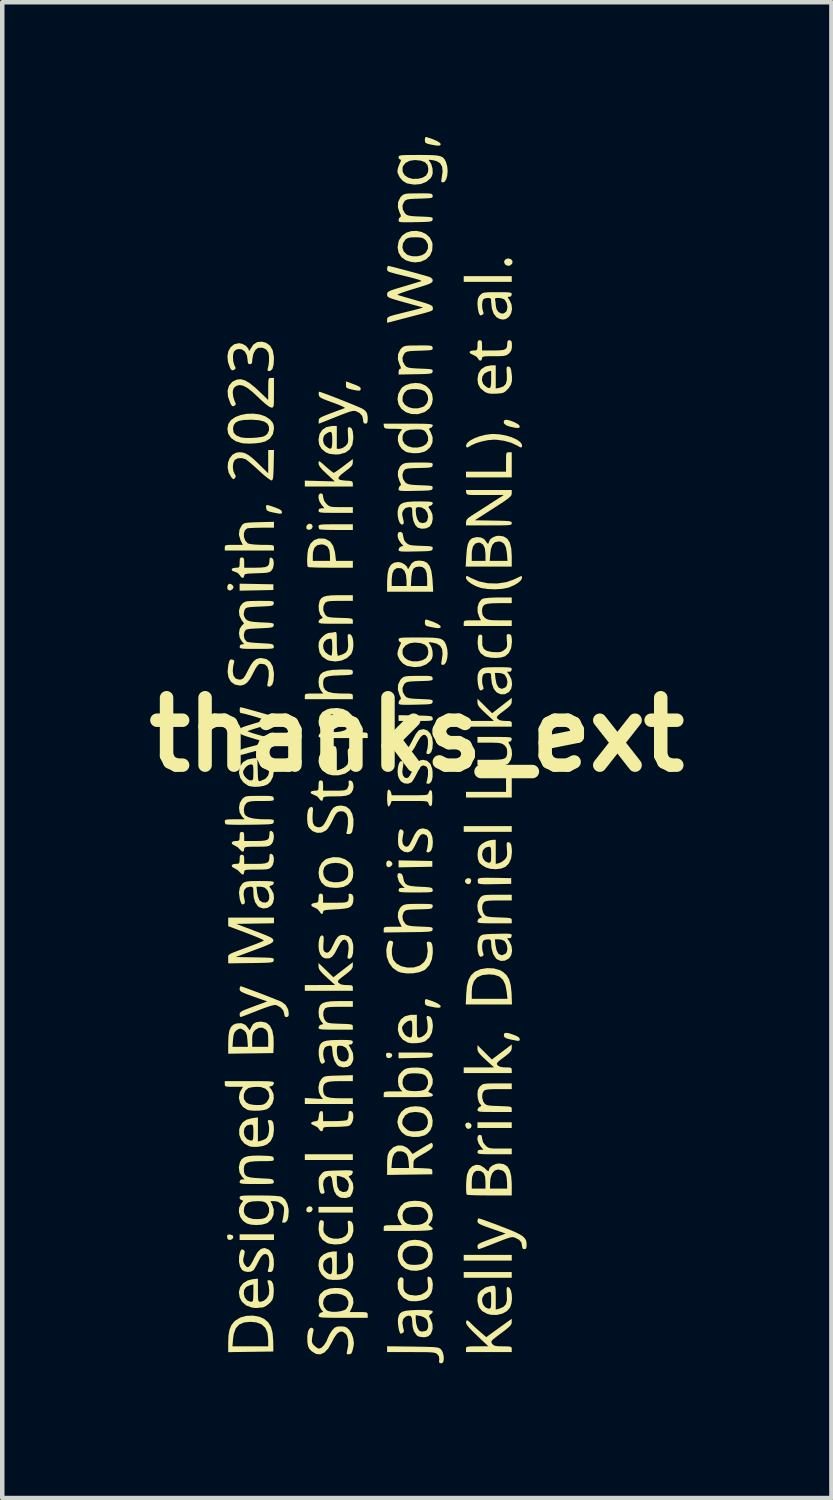
<source format=kicad_pcb>
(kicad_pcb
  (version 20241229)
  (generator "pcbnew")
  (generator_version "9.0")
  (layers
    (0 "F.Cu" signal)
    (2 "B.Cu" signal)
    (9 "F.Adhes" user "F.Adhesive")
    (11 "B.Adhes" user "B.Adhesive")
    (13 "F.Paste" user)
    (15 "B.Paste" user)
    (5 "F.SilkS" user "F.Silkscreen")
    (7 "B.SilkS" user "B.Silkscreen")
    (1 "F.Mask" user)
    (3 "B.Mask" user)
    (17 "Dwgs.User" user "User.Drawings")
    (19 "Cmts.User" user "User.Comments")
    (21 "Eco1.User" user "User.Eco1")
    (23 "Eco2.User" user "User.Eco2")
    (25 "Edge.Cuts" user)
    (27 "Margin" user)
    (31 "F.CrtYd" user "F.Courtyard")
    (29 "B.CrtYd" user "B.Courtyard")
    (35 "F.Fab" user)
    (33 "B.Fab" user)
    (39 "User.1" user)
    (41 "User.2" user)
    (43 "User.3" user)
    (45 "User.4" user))
  (footprint "thanks_ext"
    (layer "F.Cu")
    (at 6.229 13.303)
    (property "Reference" "thanks_ext" (at 0 0 0) (layer "F.SilkS") (effects (font (size 1.5 1.5) (thickness 0.3))))
    (attr board_only exclude_from_pos_files exclude_from_bom)
    (fp_poly (pts (xy -3.569 -3.354) (xy -3.194 -3.347) (xy -3.194 -3.283) (xy -3.194 -3.22) (xy -3.569 -3.212) (xy -3.945 -3.205) (xy -3.945 -3.283) (xy -3.945 -3.361)) (stroke (width 0) (type solid)) (fill yes) (layer "F.SilkS"))
    (fp_poly (pts (xy -3.181 11.186) (xy -3.181 11.249) (xy -3.563 11.249) (xy -3.945 11.249) (xy -3.945 11.186) (xy -3.945 11.122) (xy -3.563 11.122) (xy -3.181 11.122)) (stroke (width 0) (type solid)) (fill yes) (layer "F.SilkS"))
    (fp_poly (pts (xy -1.425 9.404) (xy -1.425 9.468) (xy -1.96 9.468) (xy -2.494 9.468) (xy -2.494 9.404) (xy -2.494 9.34) (xy -1.96 9.34) (xy -1.425 9.34)) (stroke (width 0) (type solid)) (fill yes) (layer "F.SilkS"))
    (fp_poly (pts (xy -1.425 10.575) (xy -1.425 10.638) (xy -1.807 10.638) (xy -2.189 10.638) (xy -2.189 10.575) (xy -2.189 10.511) (xy -1.807 10.511) (xy -1.425 10.511)) (stroke (width 0) (type solid)) (fill yes) (layer "F.SilkS"))
    (fp_poly (pts (xy -0.032 2.805) (xy 0.344 2.812) (xy 0.344 2.876) (xy 0.344 2.94) (xy -0.032 2.947) (xy -0.407 2.954) (xy -0.407 2.876) (xy -0.407 2.798)) (stroke (width 0) (type solid)) (fill yes) (layer "F.SilkS"))
    (fp_poly (pts (xy 2.112 -10.142) (xy 2.112 -10.079) (xy 1.578 -10.079) (xy 1.043 -10.079) (xy 1.043 -10.142) (xy 1.043 -10.206) (xy 1.578 -10.206) (xy 2.112 -10.206)) (stroke (width 0) (type solid)) (fill yes) (layer "F.SilkS"))
    (fp_poly (pts (xy 2.112 2.1) (xy 2.112 2.163) (xy 1.578 2.163) (xy 1.043 2.163) (xy 1.043 2.1) (xy 1.043 2.036) (xy 1.578 2.036) (xy 2.112 2.036)) (stroke (width 0) (type solid)) (fill yes) (layer "F.SilkS"))
    (fp_poly (pts (xy 2.112 8.691) (xy 2.112 8.755) (xy 1.731 8.755) (xy 1.349 8.755) (xy 1.349 8.691) (xy 1.349 8.628) (xy 1.731 8.628) (xy 2.112 8.628)) (stroke (width 0) (type solid)) (fill yes) (layer "F.SilkS"))
    (fp_poly (pts (xy 2.112 11.644) (xy 2.112 11.707) (xy 1.578 11.707) (xy 1.043 11.707) (xy 1.043 11.644) (xy 1.043 11.58) (xy 1.578 11.58) (xy 2.112 11.58)) (stroke (width 0) (type solid)) (fill yes) (layer "F.SilkS"))
    (fp_poly (pts (xy 2.112 12.026) (xy 2.112 12.089) (xy 1.578 12.089) (xy 1.043 12.089) (xy 1.043 12.026) (xy 1.043 11.962) (xy 1.578 11.962) (xy 2.112 11.962)) (stroke (width 0) (type solid)) (fill yes) (layer "F.SilkS"))
    (fp_poly (pts (xy -2.343 -4.684) (xy -2.32 -4.641) (xy -2.321 -4.622) (xy -2.346 -4.578) (xy -2.392 -4.559) (xy -2.439 -4.568) (xy -2.46 -4.594) (xy -2.457 -4.645) (xy -2.439 -4.673) (xy -2.389 -4.698)) (stroke (width 0) (type solid)) (fill yes) (layer "F.SilkS"))
    (fp_poly (pts (xy -2.343 10.51) (xy -2.32 10.553) (xy -2.321 10.572) (xy -2.346 10.616) (xy -2.392 10.635) (xy -2.439 10.626) (xy -2.46 10.6) (xy -2.457 10.55) (xy -2.439 10.521) (xy -2.389 10.497)) (stroke (width 0) (type solid)) (fill yes) (layer "F.SilkS"))
    (fp_poly (pts (xy -0.617 -0.428) (xy -0.563 -0.409) (xy -0.547 -0.369) (xy -0.564 -0.327) (xy -0.617 -0.31) (xy -0.668 -0.311) (xy -0.686 -0.34) (xy -0.687 -0.369) (xy -0.68 -0.417) (xy -0.648 -0.43)) (stroke (width 0) (type solid)) (fill yes) (layer "F.SilkS"))
    (fp_poly (pts (xy 1.194 3.205) (xy 1.209 3.247) (xy 1.209 3.257) (xy 1.191 3.312) (xy 1.146 3.329) (xy 1.098 3.312) (xy 1.07 3.272) (xy 1.08 3.227) (xy 1.121 3.198) (xy 1.146 3.194)) (stroke (width 0) (type solid)) (fill yes) (layer "F.SilkS"))
    (fp_poly (pts (xy -4.155 11.127) (xy -4.1 11.145) (xy -4.085 11.186) (xy -4.106 11.227) (xy -4.152 11.248) (xy -4.199 11.24) (xy -4.207 11.233) (xy -4.222 11.195) (xy -4.225 11.167) (xy -4.213 11.132) (xy -4.17 11.125)) (stroke (width 0) (type solid)) (fill yes) (layer "F.SilkS"))
    (fp_poly (pts (xy -4.12 -3.342) (xy -4.098 -3.321) (xy -4.079 -3.281) (xy -4.098 -3.245) (xy -4.141 -3.213) (xy -4.165 -3.207) (xy -4.205 -3.227) (xy -4.216 -3.245) (xy -4.22 -3.303) (xy -4.196 -3.347) (xy -4.165 -3.36)) (stroke (width 0) (type solid)) (fill yes) (layer "F.SilkS"))
    (fp_poly (pts (xy -0.617 7.08) (xy -0.563 7.099) (xy -0.547 7.139) (xy -0.568 7.18) (xy -0.614 7.201) (xy -0.662 7.193) (xy -0.669 7.187) (xy -0.684 7.148) (xy -0.687 7.12) (xy -0.676 7.086) (xy -0.633 7.079)) (stroke (width 0) (type solid)) (fill yes) (layer "F.SilkS"))
    (fp_poly (pts (xy -0.582 2.818) (xy -0.56 2.838) (xy -0.541 2.879) (xy -0.56 2.914) (xy -0.604 2.946) (xy -0.627 2.952) (xy -0.667 2.932) (xy -0.678 2.914) (xy -0.683 2.856) (xy -0.659 2.812) (xy -0.627 2.8)) (stroke (width 0) (type solid)) (fill yes) (layer "F.SilkS"))
    (fp_poly (pts (xy 1.151 8.632) (xy 1.199 8.658) (xy 1.219 8.703) (xy 1.205 8.747) (xy 1.192 8.758) (xy 1.145 8.778) (xy 1.109 8.759) (xy 1.095 8.743) (xy 1.074 8.69) (xy 1.093 8.647) (xy 1.143 8.632)) (stroke (width 0) (type solid)) (fill yes) (layer "F.SilkS"))
    (fp_poly (pts (xy 2.097 -10.583) (xy 2.129 -10.541) (xy 2.124 -10.489) (xy 2.114 -10.475) (xy 2.066 -10.441) (xy 2.036 -10.435) (xy 1.983 -10.453) (xy 1.958 -10.475) (xy 1.94 -10.527) (xy 1.963 -10.573) (xy 2.017 -10.599) (xy 2.036 -10.6)) (stroke (width 0) (type solid)) (fill yes) (layer "F.SilkS"))
    (fp_poly (pts (xy 2.035 6.642) (xy 2.133 6.673) (xy 2.227 6.711) (xy 2.277 6.745) (xy 2.291 6.775) (xy 2.288 6.801) (xy 2.273 6.814) (xy 2.236 6.814) (xy 2.167 6.802) (xy 2.087 6.786) (xy 1.997 6.761) (xy 1.95 6.733) (xy 1.938 6.709) (xy 1.939 6.659) (xy 1.97 6.637)) (stroke (width 0) (type solid)) (fill yes) (layer "F.SilkS"))
    (fp_poly (pts (xy 2.112 -6.006) (xy 2.112 -5.726) (xy 1.603 -5.726) (xy 1.094 -5.726) (xy 1.094 -5.79) (xy 1.094 -5.854) (xy 1.54 -5.854) (xy 1.985 -5.854) (xy 1.985 -6.07) (xy 1.986 -6.175) (xy 1.989 -6.239) (xy 1.999 -6.272) (xy 2.018 -6.284) (xy 2.049 -6.286) (xy 2.112 -6.286)) (stroke (width 0) (type solid)) (fill yes) (layer "F.SilkS"))
    (fp_poly (pts (xy 2.112 1.12) (xy 2.112 1.4) (xy 1.603 1.4) (xy 1.094 1.4) (xy 1.094 1.336) (xy 1.094 1.273) (xy 1.54 1.273) (xy 1.985 1.273) (xy 1.985 1.056) (xy 1.986 0.951) (xy 1.989 0.888) (xy 1.999 0.854) (xy 2.018 0.842) (xy 2.049 0.84) (xy 2.112 0.84)) (stroke (width 0) (type solid)) (fill yes) (layer "F.SilkS"))
    (fp_poly (pts (xy -1.432 -7.81) (xy -1.335 -7.772) (xy -1.278 -7.744) (xy -1.252 -7.718) (xy -1.25 -7.688) (xy -1.251 -7.681) (xy -1.269 -7.659) (xy -1.315 -7.658) (xy -1.362 -7.665) (xy -1.466 -7.687) (xy -1.529 -7.704) (xy -1.563 -7.721) (xy -1.576 -7.745) (xy -1.578 -7.782) (xy -1.578 -7.788) (xy -1.578 -7.864)) (stroke (width 0) (type solid)) (fill yes) (layer "F.SilkS"))
    (fp_poly (pts (xy 0.235 -13.296) (xy 0.363 -13.252) (xy 0.46 -13.208) (xy 0.517 -13.169) (xy 0.53 -13.148) (xy 0.525 -13.122) (xy 0.492 -13.111) (xy 0.425 -13.115) (xy 0.316 -13.135) (xy 0.299 -13.138) (xy 0.226 -13.156) (xy 0.19 -13.178) (xy 0.179 -13.213) (xy 0.178 -13.239) (xy 0.183 -13.291) (xy 0.205 -13.303)) (stroke (width 0) (type solid)) (fill yes) (layer "F.SilkS"))
    (fp_poly (pts (xy 0.235 -2.556) (xy 0.363 -2.512) (xy 0.46 -2.468) (xy 0.517 -2.429) (xy 0.53 -2.408) (xy 0.525 -2.382) (xy 0.492 -2.371) (xy 0.425 -2.375) (xy 0.316 -2.395) (xy 0.299 -2.398) (xy 0.226 -2.416) (xy 0.19 -2.438) (xy 0.179 -2.473) (xy 0.178 -2.499) (xy 0.183 -2.55) (xy 0.205 -2.563)) (stroke (width 0) (type solid)) (fill yes) (layer "F.SilkS"))
    (fp_poly (pts (xy 0.235 5.894) (xy 0.363 5.938) (xy 0.46 5.982) (xy 0.517 6.021) (xy 0.53 6.042) (xy 0.525 6.068) (xy 0.492 6.079) (xy 0.425 6.075) (xy 0.316 6.055) (xy 0.299 6.052) (xy 0.226 6.034) (xy 0.19 6.012) (xy 0.179 5.977) (xy 0.178 5.951) (xy 0.183 5.899) (xy 0.205 5.887)) (stroke (width 0) (type solid)) (fill yes) (layer "F.SilkS"))
    (fp_poly (pts (xy 2.058 -6.997) (xy 2.136 -6.97) (xy 2.211 -6.935) (xy 2.268 -6.898) (xy 2.291 -6.867) (xy 2.291 -6.867) (xy 2.284 -6.838) (xy 2.258 -6.826) (xy 2.203 -6.829) (xy 2.111 -6.847) (xy 2.075 -6.855) (xy 1.987 -6.887) (xy 1.938 -6.929) (xy 1.934 -6.976) (xy 1.953 -7.002) (xy 1.991 -7.01)) (stroke (width 0) (type solid)) (fill yes) (layer "F.SilkS"))
    (fp_poly (pts (xy -3.258 -5.093) (xy -3.162 -5.06) (xy -3.069 -5.023) (xy -3.018 -4.99) (xy -3.003 -4.958) (xy -3.006 -4.932) (xy -3.021 -4.919) (xy -3.057 -4.919) (xy -3.126 -4.931) (xy -3.207 -4.947) (xy -3.288 -4.967) (xy -3.331 -4.988) (xy -3.35 -5.019) (xy -3.355 -5.046) (xy -3.358 -5.087) (xy -3.349 -5.108) (xy -3.318 -5.11)) (stroke (width 0) (type solid)) (fill yes) (layer "F.SilkS"))
    (fp_poly (pts (xy -1.425 -4.619) (xy -1.425 -4.556) (xy -1.79 -4.556) (xy -1.921 -4.557) (xy -2.034 -4.56) (xy -2.119 -4.565) (xy -2.166 -4.57) (xy -2.172 -4.573) (xy -2.186 -4.61) (xy -2.189 -4.636) (xy -2.185 -4.654) (xy -2.17 -4.667) (xy -2.135 -4.675) (xy -2.073 -4.68) (xy -1.977 -4.682) (xy -1.838 -4.683) (xy -1.807 -4.683) (xy -1.425 -4.683)) (stroke (width 0) (type solid)) (fill yes) (layer "F.SilkS"))
    (fp_poly (pts (xy -0.032 -0.427) (xy 0.113 -0.424) (xy 0.216 -0.42) (xy 0.282 -0.415) (xy 0.322 -0.407) (xy 0.342 -0.394) (xy 0.35 -0.375) (xy 0.352 -0.363) (xy 0.354 -0.341) (xy 0.347 -0.325) (xy 0.324 -0.315) (xy 0.278 -0.309) (xy 0.201 -0.306) (xy 0.086 -0.305) (xy -0.024 -0.305) (xy -0.407 -0.305) (xy -0.407 -0.37) (xy -0.407 -0.434)) (stroke (width 0) (type solid)) (fill yes) (layer "F.SilkS"))
    (fp_poly (pts (xy 0.123 7.076) (xy 0.227 7.077) (xy 0.294 7.08) (xy 0.333 7.087) (xy 0.35 7.099) (xy 0.354 7.116) (xy 0.352 7.133) (xy 0.347 7.155) (xy 0.334 7.171) (xy 0.305 7.181) (xy 0.254 7.188) (xy 0.17 7.192) (xy 0.048 7.195) (xy -0.032 7.197) (xy -0.407 7.204) (xy -0.407 7.14) (xy -0.407 7.075) (xy -0.024 7.075)) (stroke (width 0) (type solid)) (fill yes) (layer "F.SilkS"))
    (fp_poly (pts (xy 1.671 3.186) (xy 1.736 3.187) (xy 2.1 3.194) (xy 2.1 3.258) (xy 2.1 3.321) (xy 1.736 3.328) (xy 1.591 3.33) (xy 1.488 3.33) (xy 1.42 3.325) (xy 1.381 3.317) (xy 1.362 3.304) (xy 1.358 3.297) (xy 1.354 3.239) (xy 1.358 3.219) (xy 1.371 3.203) (xy 1.402 3.193) (xy 1.456 3.187) (xy 1.544 3.185)) (stroke (width 0) (type solid)) (fill yes) (layer "F.SilkS"))
    (fp_poly (pts (xy 1.151 -3.517) (xy 1.201 -3.489) (xy 1.38 -3.412) (xy 1.581 -3.37) (xy 1.791 -3.365) (xy 1.995 -3.396) (xy 2.151 -3.451) (xy 2.231 -3.489) (xy 2.294 -3.518) (xy 2.322 -3.532) (xy 2.338 -3.519) (xy 2.341 -3.489) (xy 2.319 -3.439) (xy 2.257 -3.382) (xy 2.166 -3.327) (xy 2.057 -3.28) (xy 2.022 -3.269) (xy 1.897 -3.245) (xy 1.745 -3.235) (xy 1.588 -3.241) (xy 1.447 -3.261) (xy 1.42 -3.268) (xy 1.315 -3.305) (xy 1.219 -3.355) (xy 1.144 -3.411) (xy 1.101 -3.463) (xy 1.094 -3.487) (xy 1.097 -3.524) (xy 1.112 -3.534)) (stroke (width 0) (type solid)) (fill yes) (layer "F.SilkS"))
    (fp_poly (pts (xy 1.852 -6.683) (xy 1.991 -6.657) (xy 2.119 -6.617) (xy 2.225 -6.568) (xy 2.302 -6.513) (xy 2.339 -6.456) (xy 2.341 -6.439) (xy 2.337 -6.401) (xy 2.316 -6.392) (xy 2.27 -6.413) (xy 2.23 -6.437) (xy 2.098 -6.498) (xy 1.938 -6.542) (xy 1.77 -6.565) (xy 1.713 -6.566) (xy 1.588 -6.556) (xy 1.45 -6.528) (xy 1.319 -6.489) (xy 1.214 -6.442) (xy 1.186 -6.424) (xy 1.13 -6.393) (xy 1.101 -6.399) (xy 1.094 -6.437) (xy 1.118 -6.491) (xy 1.183 -6.546) (xy 1.279 -6.597) (xy 1.396 -6.641) (xy 1.525 -6.674) (xy 1.657 -6.692) (xy 1.711 -6.693)) (stroke (width 0) (type solid)) (fill yes) (layer "F.SilkS"))
    (fp_poly (pts (xy -2.101 -5.359) (xy -2.088 -5.315) (xy -2.087 -5.292) (xy -2.062 -5.203) (xy -2.013 -5.139) (xy -1.976 -5.105) (xy -1.942 -5.084) (xy -1.896 -5.072) (xy -1.828 -5.066) (xy -1.725 -5.065) (xy -1.682 -5.065) (xy -1.425 -5.065) (xy -1.425 -5.001) (xy -1.425 -4.937) (xy -1.807 -4.937) (xy -1.954 -4.938) (xy -2.057 -4.939) (xy -2.125 -4.944) (xy -2.164 -4.951) (xy -2.183 -4.963) (xy -2.188 -4.98) (xy -2.189 -4.988) (xy -2.174 -5.028) (xy -2.124 -5.039) (xy -2.123 -5.039) (xy -2.057 -5.039) (xy -2.123 -5.118) (xy -2.167 -5.189) (xy -2.189 -5.262) (xy -2.188 -5.325) (xy -2.162 -5.364) (xy -2.138 -5.37)) (stroke (width 0) (type solid)) (fill yes) (layer "F.SilkS"))
    (fp_poly (pts (xy -0.09 13.621) (xy 0.095 13.624) (xy 0.237 13.627) (xy 0.341 13.631) (xy 0.414 13.636) (xy 0.464 13.644) (xy 0.497 13.654) (xy 0.521 13.669) (xy 0.539 13.685) (xy 0.573 13.741) (xy 0.594 13.815) (xy 0.6 13.892) (xy 0.59 13.956) (xy 0.564 13.99) (xy 0.559 13.992) (xy 0.514 13.989) (xy 0.502 13.982) (xy 0.494 13.947) (xy 0.499 13.907) (xy 0.492 13.839) (xy 0.46 13.797) (xy 0.44 13.779) (xy 0.415 13.766) (xy 0.378 13.756) (xy 0.322 13.75) (xy 0.24 13.746) (xy 0.125 13.744) (xy -0.03 13.744) (xy -0.127 13.743) (xy -0.662 13.743) (xy -0.662 13.679) (xy -0.662 13.614)) (stroke (width 0) (type solid)) (fill yes) (layer "F.SilkS"))
    (fp_poly (pts (xy 1.437 8.919) (xy 1.45 8.963) (xy 1.451 8.986) (xy 1.475 9.075) (xy 1.525 9.139) (xy 1.561 9.173) (xy 1.596 9.194) (xy 1.641 9.206) (xy 1.71 9.212) (xy 1.813 9.213) (xy 1.856 9.213) (xy 2.112 9.213) (xy 2.112 9.277) (xy 2.112 9.34) (xy 1.731 9.34) (xy 1.584 9.34) (xy 1.481 9.338) (xy 1.413 9.334) (xy 1.374 9.327) (xy 1.355 9.315) (xy 1.349 9.298) (xy 1.349 9.29) (xy 1.363 9.25) (xy 1.414 9.239) (xy 1.415 9.239) (xy 1.481 9.239) (xy 1.415 9.16) (xy 1.37 9.089) (xy 1.348 9.016) (xy 1.35 8.953) (xy 1.375 8.914) (xy 1.4 8.908)) (stroke (width 0) (type solid)) (fill yes) (layer "F.SilkS"))
    (fp_poly (pts (xy -3.504 12.957) (xy -3.4 13.004) (xy -3.31 13.08) (xy -3.248 13.181) (xy -3.212 13.316) (xy -3.198 13.49) (xy -3.197 13.498) (xy -3.194 13.731) (xy -3.697 13.738) (xy -4.199 13.745) (xy -4.199 13.616) (xy -4.105 13.616) (xy -3.707 13.616) (xy -3.309 13.616) (xy -3.309 13.474) (xy -3.324 13.32) (xy -3.373 13.205) (xy -3.456 13.126) (xy -3.575 13.082) (xy -3.704 13.07) (xy -3.848 13.084) (xy -3.955 13.131) (xy -4.03 13.214) (xy -4.075 13.337) (xy -4.091 13.451) (xy -4.105 13.616) (xy -4.199 13.616) (xy -4.199 13.537) (xy -4.193 13.372) (xy -4.171 13.246) (xy -4.131 13.148) (xy -4.068 13.067) (xy -4.044 13.045) (xy -3.933 12.975) (xy -3.796 12.937) (xy -3.647 12.931)) (stroke (width 0) (type solid)) (fill yes) (layer "F.SilkS"))
    (fp_poly (pts (xy -1.425 5.141) (xy -1.431 5.183) (xy -1.455 5.224) (xy -1.504 5.272) (xy -1.586 5.337) (xy -1.603 5.349) (xy -1.687 5.414) (xy -1.737 5.457) (xy -1.757 5.485) (xy -1.754 5.508) (xy -1.739 5.528) (xy -1.691 5.559) (xy -1.612 5.572) (xy -1.561 5.574) (xy -1.483 5.576) (xy -1.442 5.585) (xy -1.427 5.607) (xy -1.425 5.637) (xy -1.425 5.701) (xy -1.96 5.701) (xy -2.494 5.701) (xy -2.494 5.637) (xy -2.494 5.574) (xy -2.157 5.573) (xy -1.82 5.572) (xy -2.004 5.405) (xy -2.093 5.322) (xy -2.149 5.261) (xy -2.178 5.214) (xy -2.188 5.171) (xy -2.189 5.16) (xy -2.189 5.082) (xy -2.023 5.241) (xy -1.858 5.4) (xy -1.642 5.232) (xy -1.425 5.065)) (stroke (width 0) (type solid)) (fill yes) (layer "F.SilkS"))
    (fp_poly (pts (xy 1.711 5.203) (xy 1.847 5.241) (xy 1.911 5.276) (xy 1.995 5.351) (xy 2.054 5.449) (xy 2.09 5.579) (xy 2.108 5.747) (xy 2.109 5.771) (xy 2.117 6.006) (xy 1.603 6.006) (xy 1.088 6.006) (xy 1.094 5.879) (xy 1.222 5.879) (xy 1.619 5.879) (xy 2.017 5.879) (xy 1.999 5.722) (xy 1.97 5.568) (xy 1.917 5.457) (xy 1.837 5.384) (xy 1.725 5.346) (xy 1.603 5.336) (xy 1.455 5.352) (xy 1.345 5.401) (xy 1.271 5.485) (xy 1.231 5.605) (xy 1.222 5.725) (xy 1.222 5.879) (xy 1.094 5.879) (xy 1.099 5.771) (xy 1.115 5.596) (xy 1.149 5.462) (xy 1.203 5.361) (xy 1.28 5.286) (xy 1.293 5.276) (xy 1.416 5.221) (xy 1.561 5.197)) (stroke (width 0) (type solid)) (fill yes) (layer "F.SilkS"))
    (fp_poly (pts (xy 2.112 -0.741) (xy 2.107 -0.698) (xy 2.085 -0.658) (xy 2.038 -0.611) (xy 1.959 -0.548) (xy 1.935 -0.53) (xy 1.85 -0.465) (xy 1.801 -0.423) (xy 1.781 -0.394) (xy 1.784 -0.371) (xy 1.799 -0.351) (xy 1.847 -0.32) (xy 1.926 -0.307) (xy 1.976 -0.305) (xy 2.055 -0.304) (xy 2.096 -0.294) (xy 2.111 -0.272) (xy 2.112 -0.242) (xy 2.112 -0.178) (xy 1.578 -0.178) (xy 1.043 -0.178) (xy 1.043 -0.242) (xy 1.043 -0.305) (xy 1.38 -0.305) (xy 1.716 -0.305) (xy 1.532 -0.473) (xy 1.445 -0.556) (xy 1.389 -0.616) (xy 1.36 -0.663) (xy 1.349 -0.706) (xy 1.349 -0.72) (xy 1.349 -0.8) (xy 1.512 -0.639) (xy 1.675 -0.477) (xy 1.894 -0.648) (xy 2.112 -0.819)) (stroke (width 0) (type solid)) (fill yes) (layer "F.SilkS"))
    (fp_poly (pts (xy 2.112 6.973) (xy 2.107 7.015) (xy 2.084 7.055) (xy 2.036 7.103) (xy 1.955 7.167) (xy 1.935 7.182) (xy 1.85 7.246) (xy 1.801 7.289) (xy 1.781 7.318) (xy 1.784 7.341) (xy 1.799 7.36) (xy 1.847 7.391) (xy 1.926 7.405) (xy 1.976 7.406) (xy 2.055 7.408) (xy 2.096 7.417) (xy 2.111 7.44) (xy 2.112 7.47) (xy 2.112 7.533) (xy 1.578 7.533) (xy 1.043 7.533) (xy 1.043 7.47) (xy 1.043 7.406) (xy 1.381 7.406) (xy 1.718 7.406) (xy 1.533 7.238) (xy 1.445 7.156) (xy 1.39 7.096) (xy 1.36 7.049) (xy 1.349 7.006) (xy 1.349 6.991) (xy 1.349 6.911) (xy 1.509 7.07) (xy 1.67 7.23) (xy 1.891 7.063) (xy 2.112 6.896)) (stroke (width 0) (type solid)) (fill yes) (layer "F.SilkS"))
    (fp_poly (pts (xy -1.425 7.645) (xy -1.425 7.712) (xy -1.7 7.712) (xy -1.85 7.715) (xy -1.956 7.726) (xy -2.026 7.748) (xy -2.066 7.785) (xy -2.084 7.839) (xy -2.087 7.89) (xy -2.08 7.969) (xy -2.055 8.025) (xy -2.004 8.062) (xy -1.921 8.083) (xy -1.798 8.092) (xy -1.7 8.093) (xy -1.425 8.093) (xy -1.425 8.157) (xy -1.425 8.221) (xy -1.96 8.221) (xy -2.494 8.221) (xy -2.494 8.154) (xy -2.494 8.087) (xy -2.292 8.099) (xy -2.09 8.11) (xy -2.139 8.047) (xy -2.181 7.959) (xy -2.191 7.851) (xy -2.17 7.744) (xy -2.127 7.669) (xy -2.1 7.639) (xy -2.072 7.619) (xy -2.032 7.605) (xy -1.972 7.597) (xy -1.881 7.592) (xy -1.749 7.588) (xy -1.746 7.588) (xy -1.425 7.579)) (stroke (width 0) (type solid)) (fill yes) (layer "F.SilkS"))
    (fp_poly (pts (xy 0.311 12.086) (xy 0.341 12.146) (xy 0.355 12.23) (xy 0.349 12.327) (xy 0.323 12.426) (xy 0.32 12.432) (xy 0.27 12.508) (xy 0.204 12.56) (xy 0.104 12.594) (xy -0.015 12.612) (xy -0.13 12.61) (xy -0.187 12.599) (xy -0.296 12.539) (xy -0.376 12.447) (xy -0.422 12.332) (xy -0.428 12.208) (xy -0.409 12.131) (xy -0.377 12.084) (xy -0.336 12.08) (xy -0.307 12.096) (xy -0.296 12.13) (xy -0.298 12.199) (xy -0.299 12.215) (xy -0.299 12.327) (xy -0.269 12.404) (xy -0.205 12.453) (xy -0.152 12.471) (xy -0.023 12.486) (xy 0.097 12.464) (xy 0.192 12.408) (xy 0.199 12.402) (xy 0.234 12.36) (xy 0.249 12.317) (xy 0.248 12.253) (xy 0.243 12.202) (xy 0.235 12.121) (xy 0.239 12.079) (xy 0.256 12.064) (xy 0.265 12.064)) (stroke (width 0) (type solid)) (fill yes) (layer "F.SilkS"))
    (fp_poly (pts (xy -2.111 10.81) (xy -2.081 10.824) (xy -2.07 10.855) (xy -2.073 10.918) (xy -2.076 10.942) (xy -2.082 11.023) (xy -2.07 11.078) (xy -2.033 11.131) (xy -2.031 11.134) (xy -1.957 11.189) (xy -1.862 11.217) (xy -1.76 11.22) (xy -1.663 11.2) (xy -1.585 11.156) (xy -1.54 11.091) (xy -1.537 11.082) (xy -1.53 11.013) (xy -1.533 10.929) (xy -1.534 10.915) (xy -1.54 10.851) (xy -1.532 10.823) (xy -1.502 10.82) (xy -1.493 10.822) (xy -1.452 10.841) (xy -1.426 10.894) (xy -1.416 10.934) (xy -1.413 11.054) (xy -1.449 11.168) (xy -1.516 11.261) (xy -1.585 11.308) (xy -1.694 11.34) (xy -1.822 11.348) (xy -1.944 11.333) (xy -1.998 11.315) (xy -2.1 11.245) (xy -2.165 11.143) (xy -2.189 11.012) (xy -2.179 10.884) (xy -2.162 10.826) (xy -2.136 10.806)) (stroke (width 0) (type solid)) (fill yes) (layer "F.SilkS"))
    (fp_poly (pts (xy -0.376 3.084) (xy -0.334 3.103) (xy -0.311 3.152) (xy -0.303 3.189) (xy -0.287 3.262) (xy -0.259 3.313) (xy -0.212 3.347) (xy -0.136 3.368) (xy -0.024 3.38) (xy 0.071 3.385) (xy 0.191 3.391) (xy 0.271 3.398) (xy 0.317 3.408) (xy 0.341 3.422) (xy 0.35 3.444) (xy 0.352 3.455) (xy 0.354 3.477) (xy 0.347 3.492) (xy 0.324 3.502) (xy 0.278 3.508) (xy 0.201 3.511) (xy 0.086 3.512) (xy -0.024 3.512) (xy -0.171 3.512) (xy -0.275 3.51) (xy -0.342 3.506) (xy -0.382 3.499) (xy -0.401 3.487) (xy -0.407 3.47) (xy -0.407 3.461) (xy -0.394 3.423) (xy -0.345 3.41) (xy -0.337 3.41) (xy -0.267 3.409) (xy -0.322 3.365) (xy -0.398 3.274) (xy -0.432 3.165) (xy -0.433 3.143) (xy -0.425 3.095) (xy -0.393 3.082)) (stroke (width 0) (type solid)) (fill yes) (layer "F.SilkS"))
    (fp_poly (pts (xy -0.358 -4.513) (xy -0.319 -4.487) (xy -0.306 -4.43) (xy -0.305 -4.417) (xy -0.282 -4.326) (xy -0.24 -4.274) (xy -0.205 -4.246) (xy -0.166 -4.227) (xy -0.11 -4.215) (xy -0.026 -4.208) (xy 0.093 -4.203) (xy 0.211 -4.199) (xy 0.288 -4.194) (xy 0.331 -4.185) (xy 0.35 -4.172) (xy 0.353 -4.15) (xy 0.351 -4.14) (xy 0.346 -4.118) (xy 0.332 -4.103) (xy 0.302 -4.093) (xy 0.248 -4.086) (xy 0.161 -4.082) (xy 0.035 -4.079) (xy -0.032 -4.078) (xy -0.177 -4.075) (xy -0.279 -4.075) (xy -0.346 -4.078) (xy -0.384 -4.085) (xy -0.402 -4.096) (xy -0.407 -4.113) (xy -0.407 -4.121) (xy -0.385 -4.168) (xy -0.354 -4.187) (xy -0.301 -4.204) (xy -0.352 -4.259) (xy -0.4 -4.328) (xy -0.426 -4.399) (xy -0.428 -4.462) (xy -0.408 -4.504) (xy -0.365 -4.514)) (stroke (width 0) (type solid)) (fill yes) (layer "F.SilkS"))
    (fp_poly (pts (xy 2.112 -2.99) (xy 2.112 -2.927) (xy 1.824 -2.927) (xy 1.678 -2.924) (xy 1.575 -2.914) (xy 1.509 -2.893) (xy 1.471 -2.857) (xy 1.454 -2.802) (xy 1.451 -2.742) (xy 1.464 -2.662) (xy 1.512 -2.602) (xy 1.518 -2.598) (xy 1.555 -2.573) (xy 1.601 -2.558) (xy 1.666 -2.549) (xy 1.762 -2.546) (xy 1.849 -2.545) (xy 2.112 -2.545) (xy 2.112 -2.481) (xy 2.112 -2.418) (xy 1.578 -2.418) (xy 1.043 -2.418) (xy 1.043 -2.481) (xy 1.046 -2.514) (xy 1.06 -2.533) (xy 1.097 -2.542) (xy 1.167 -2.545) (xy 1.235 -2.545) (xy 1.427 -2.545) (xy 1.388 -2.62) (xy 1.353 -2.726) (xy 1.351 -2.834) (xy 1.379 -2.932) (xy 1.433 -3.004) (xy 1.467 -3.026) (xy 1.517 -3.037) (xy 1.605 -3.046) (xy 1.717 -3.052) (xy 1.821 -3.054) (xy 2.112 -3.054)) (stroke (width 0) (type solid)) (fill yes) (layer "F.SilkS"))
    (fp_poly (pts (xy -0.594 1.243) (xy -0.575 1.285) (xy -0.559 1.349) (xy -0.154 1.349) (xy -0.002 1.349) (xy 0.106 1.347) (xy 0.178 1.344) (xy 0.222 1.337) (xy 0.246 1.326) (xy 0.256 1.31) (xy 0.259 1.292) (xy 0.28 1.247) (xy 0.305 1.234) (xy 0.326 1.245) (xy 0.338 1.283) (xy 0.343 1.357) (xy 0.344 1.413) (xy 0.341 1.509) (xy 0.333 1.565) (xy 0.317 1.588) (xy 0.305 1.591) (xy 0.272 1.569) (xy 0.259 1.533) (xy 0.255 1.512) (xy 0.243 1.497) (xy 0.217 1.487) (xy 0.169 1.48) (xy 0.091 1.477) (xy -0.024 1.476) (xy -0.155 1.476) (xy -0.561 1.476) (xy -0.585 1.54) (xy -0.613 1.594) (xy -0.636 1.6) (xy -0.652 1.559) (xy -0.661 1.472) (xy -0.662 1.413) (xy -0.659 1.31) (xy -0.651 1.25) (xy -0.636 1.224) (xy -0.626 1.222)) (stroke (width 0) (type solid)) (fill yes) (layer "F.SilkS"))
    (fp_poly (pts (xy -2.061 -4.363) (xy -2.023 -4.352) (xy -1.93 -4.298) (xy -1.864 -4.204) (xy -1.824 -4.068) (xy -1.817 -4.016) (xy -1.8 -3.869) (xy -1.613 -3.869) (xy -1.425 -3.869) (xy -1.425 -3.792) (xy -1.425 -3.716) (xy -1.917 -3.716) (xy -2.071 -3.717) (xy -2.206 -3.719) (xy -2.316 -3.723) (xy -2.392 -3.727) (xy -2.426 -3.732) (xy -2.426 -3.733) (xy -2.437 -3.769) (xy -2.442 -3.841) (xy -2.442 -3.869) (xy -2.316 -3.869) (xy -2.125 -3.869) (xy -1.934 -3.869) (xy -1.934 -3.993) (xy -1.949 -4.112) (xy -1.993 -4.19) (xy -2.069 -4.229) (xy -2.125 -4.235) (xy -2.219 -4.217) (xy -2.28 -4.16) (xy -2.312 -4.064) (xy -2.316 -3.993) (xy -2.316 -3.869) (xy -2.442 -3.869) (xy -2.441 -3.932) (xy -2.435 -4.028) (xy -2.423 -4.112) (xy -2.419 -4.132) (xy -2.37 -4.249) (xy -2.289 -4.329) (xy -2.184 -4.368)) (stroke (width 0) (type solid)) (fill yes) (layer "F.SilkS"))
    (fp_poly (pts (xy -1.425 -6.06) (xy -1.432 -6.017) (xy -1.456 -5.976) (xy -1.508 -5.927) (xy -1.591 -5.863) (xy -1.688 -5.787) (xy -1.739 -5.732) (xy -1.745 -5.694) (xy -1.705 -5.67) (xy -1.621 -5.657) (xy -1.584 -5.655) (xy -1.497 -5.65) (xy -1.45 -5.64) (xy -1.43 -5.621) (xy -1.425 -5.588) (xy -1.425 -5.585) (xy -1.425 -5.523) (xy -1.96 -5.523) (xy -2.494 -5.523) (xy -2.494 -5.589) (xy -2.494 -5.655) (xy -2.16 -5.646) (xy -1.826 -5.637) (xy -2.007 -5.805) (xy -2.098 -5.892) (xy -2.154 -5.957) (xy -2.182 -6.006) (xy -2.189 -6.042) (xy -2.187 -6.075) (xy -2.177 -6.087) (xy -2.152 -6.074) (xy -2.102 -6.035) (xy -2.03 -5.97) (xy -1.955 -5.905) (xy -1.893 -5.856) (xy -1.856 -5.83) (xy -1.85 -5.828) (xy -1.822 -5.843) (xy -1.764 -5.882) (xy -1.685 -5.939) (xy -1.627 -5.982) (xy -1.425 -6.136)) (stroke (width 0) (type solid)) (fill yes) (layer "F.SilkS"))
    (fp_poly (pts (xy 2.079 -2.231) (xy 2.103 -2.199) (xy 2.114 -2.133) (xy 2.116 -2.065) (xy 2.099 -1.928) (xy 2.048 -1.82) (xy 1.966 -1.747) (xy 1.961 -1.744) (xy 1.872 -1.717) (xy 1.757 -1.707) (xy 1.637 -1.714) (xy 1.533 -1.737) (xy 1.507 -1.748) (xy 1.421 -1.812) (xy 1.37 -1.904) (xy 1.353 -2.03) (xy 1.354 -2.082) (xy 1.361 -2.165) (xy 1.373 -2.209) (xy 1.395 -2.225) (xy 1.413 -2.227) (xy 1.442 -2.221) (xy 1.456 -2.196) (xy 1.457 -2.138) (xy 1.455 -2.098) (xy 1.458 -1.987) (xy 1.489 -1.912) (xy 1.554 -1.866) (xy 1.66 -1.842) (xy 1.708 -1.838) (xy 1.804 -1.835) (xy 1.867 -1.842) (xy 1.916 -1.865) (xy 1.944 -1.885) (xy 1.985 -1.921) (xy 2.005 -1.958) (xy 2.009 -2.012) (xy 2.003 -2.091) (xy 1.998 -2.175) (xy 2.001 -2.22) (xy 2.017 -2.237) (xy 2.037 -2.24)) (stroke (width 0) (type solid)) (fill yes) (layer "F.SilkS"))
    (fp_poly (pts (xy -0.574 4.588) (xy -0.551 4.596) (xy -0.526 4.619) (xy -0.533 4.666) (xy -0.536 4.674) (xy -0.557 4.779) (xy -0.554 4.896) (xy -0.528 5) (xy -0.521 5.015) (xy -0.452 5.096) (xy -0.347 5.154) (xy -0.216 5.184) (xy -0.072 5.182) (xy -0.061 5.18) (xy 0.067 5.139) (xy 0.163 5.061) (xy 0.222 4.953) (xy 0.242 4.819) (xy 0.232 4.725) (xy 0.221 4.654) (xy 0.224 4.619) (xy 0.245 4.608) (xy 0.268 4.607) (xy 0.311 4.619) (xy 0.338 4.661) (xy 0.352 4.739) (xy 0.355 4.848) (xy 0.335 5) (xy 0.279 5.129) (xy 0.19 5.226) (xy 0.165 5.243) (xy 0.056 5.288) (xy -0.08 5.312) (xy -0.224 5.315) (xy -0.357 5.295) (xy -0.425 5.271) (xy -0.537 5.192) (xy -0.62 5.079) (xy -0.67 4.943) (xy -0.681 4.794) (xy -0.663 4.689) (xy -0.64 4.617) (xy -0.614 4.586)) (stroke (width 0) (type solid)) (fill yes) (layer "F.SilkS"))
    (fp_poly (pts (xy -3.181 -4.672) (xy -3.181 -4.607) (xy -3.459 -4.607) (xy -3.577 -4.605) (xy -3.678 -4.601) (xy -3.751 -4.596) (xy -3.779 -4.59) (xy -3.828 -4.548) (xy -3.851 -4.478) (xy -3.848 -4.397) (xy -3.82 -4.321) (xy -3.77 -4.264) (xy -3.753 -4.254) (xy -3.7 -4.242) (xy -3.611 -4.232) (xy -3.5 -4.226) (xy -3.435 -4.225) (xy -3.32 -4.224) (xy -3.246 -4.222) (xy -3.205 -4.214) (xy -3.186 -4.2) (xy -3.182 -4.176) (xy -3.181 -4.161) (xy -3.181 -4.098) (xy -3.729 -4.098) (xy -4.276 -4.098) (xy -4.276 -4.161) (xy -4.274 -4.193) (xy -4.26 -4.212) (xy -4.224 -4.221) (xy -4.157 -4.225) (xy -4.075 -4.225) (xy -3.875 -4.225) (xy -3.925 -4.327) (xy -3.961 -4.449) (xy -3.948 -4.566) (xy -3.895 -4.662) (xy -3.873 -4.686) (xy -3.844 -4.703) (xy -3.801 -4.714) (xy -3.734 -4.721) (xy -3.633 -4.726) (xy -3.515 -4.73) (xy -3.181 -4.738)) (stroke (width 0) (type solid)) (fill yes) (layer "F.SilkS"))
    (fp_poly (pts (xy 0.087 11.258) (xy 0.204 11.304) (xy 0.265 11.35) (xy 0.325 11.442) (xy 0.353 11.557) (xy 0.347 11.675) (xy 0.31 11.773) (xy 0.23 11.856) (xy 0.119 11.91) (xy -0.009 11.935) (xy -0.142 11.926) (xy -0.257 11.886) (xy -0.347 11.813) (xy -0.404 11.714) (xy -0.424 11.619) (xy -0.319 11.619) (xy -0.289 11.703) (xy -0.225 11.769) (xy -0.192 11.786) (xy -0.137 11.798) (xy -0.055 11.802) (xy -0.002 11.8) (xy 0.088 11.789) (xy 0.148 11.766) (xy 0.195 11.723) (xy 0.195 11.723) (xy 0.244 11.632) (xy 0.248 11.537) (xy 0.208 11.452) (xy 0.149 11.413) (xy 0.059 11.387) (xy -0.046 11.377) (xy -0.147 11.385) (xy -0.201 11.401) (xy -0.275 11.455) (xy -0.314 11.532) (xy -0.319 11.619) (xy -0.424 11.619) (xy -0.427 11.601) (xy -0.416 11.488) (xy -0.37 11.386) (xy -0.293 11.311) (xy -0.177 11.261) (xy -0.045 11.243)) (stroke (width 0) (type solid)) (fill yes) (layer "F.SilkS"))
    (fp_poly (pts (xy 1.877 0.051) (xy 1.981 0.053) (xy 2.048 0.057) (xy 2.088 0.064) (xy 2.106 0.076) (xy 2.112 0.093) (xy 2.112 0.102) (xy 2.097 0.143) (xy 2.074 0.153) (xy 2.042 0.159) (xy 2.042 0.184) (xy 2.072 0.236) (xy 2.11 0.333) (xy 2.118 0.443) (xy 2.097 0.547) (xy 2.05 0.625) (xy 2.021 0.651) (xy 1.99 0.668) (xy 1.947 0.679) (xy 1.88 0.685) (xy 1.782 0.687) (xy 1.668 0.687) (xy 1.349 0.687) (xy 1.349 0.624) (xy 1.349 0.56) (xy 1.64 0.56) (xy 1.785 0.558) (xy 1.887 0.549) (xy 1.952 0.53) (xy 1.99 0.497) (xy 2.007 0.446) (xy 2.011 0.382) (xy 2 0.302) (xy 1.961 0.246) (xy 1.944 0.231) (xy 1.906 0.207) (xy 1.861 0.191) (xy 1.796 0.182) (xy 1.699 0.179) (xy 1.613 0.178) (xy 1.349 0.178) (xy 1.349 0.115) (xy 1.349 0.051) (xy 1.731 0.051)) (stroke (width 0) (type solid)) (fill yes) (layer "F.SilkS"))
    (fp_poly (pts (xy 0.083 -7.818) (xy 0.09 -7.816) (xy 0.205 -7.764) (xy 0.289 -7.682) (xy 0.339 -7.581) (xy 0.355 -7.472) (xy 0.336 -7.363) (xy 0.281 -7.265) (xy 0.187 -7.188) (xy 0.168 -7.178) (xy 0.02 -7.133) (xy -0.128 -7.138) (xy -0.246 -7.179) (xy -0.346 -7.254) (xy -0.408 -7.353) (xy -0.424 -7.433) (xy -0.318 -7.433) (xy -0.313 -7.414) (xy -0.264 -7.341) (xy -0.182 -7.289) (xy -0.079 -7.263) (xy 0.031 -7.265) (xy 0.135 -7.297) (xy 0.165 -7.314) (xy 0.227 -7.382) (xy 0.252 -7.468) (xy 0.239 -7.557) (xy 0.188 -7.632) (xy 0.164 -7.651) (xy 0.092 -7.678) (xy -0.007 -7.692) (xy -0.111 -7.691) (xy -0.198 -7.675) (xy -0.22 -7.665) (xy -0.281 -7.607) (xy -0.316 -7.523) (xy -0.318 -7.433) (xy -0.424 -7.433) (xy -0.431 -7.468) (xy -0.412 -7.587) (xy -0.351 -7.7) (xy -0.326 -7.73) (xy -0.25 -7.781) (xy -0.144 -7.815) (xy -0.027 -7.829)) (stroke (width 0) (type solid)) (fill yes) (layer "F.SilkS"))
    (fp_poly (pts (xy -1.723 2.732) (xy -1.596 2.775) (xy -1.492 2.852) (xy -1.467 2.882) (xy -1.429 2.967) (xy -1.415 3.073) (xy -1.425 3.178) (xy -1.457 3.256) (xy -1.534 3.34) (xy -1.631 3.389) (xy -1.758 3.409) (xy -1.807 3.41) (xy -1.939 3.4) (xy -2.03 3.373) (xy -2.039 3.368) (xy -2.124 3.289) (xy -2.173 3.186) (xy -2.189 3.072) (xy -2.185 3.049) (xy -2.087 3.049) (xy -2.071 3.147) (xy -2.025 3.221) (xy -1.949 3.265) (xy -1.847 3.286) (xy -1.738 3.283) (xy -1.639 3.257) (xy -1.594 3.23) (xy -1.549 3.184) (xy -1.53 3.125) (xy -1.527 3.065) (xy -1.532 2.99) (xy -1.553 2.944) (xy -1.602 2.906) (xy -1.61 2.901) (xy -1.702 2.865) (xy -1.808 2.854) (xy -1.914 2.865) (xy -2.003 2.897) (xy -2.06 2.949) (xy -2.062 2.953) (xy -2.087 3.049) (xy -2.185 3.049) (xy -2.171 2.959) (xy -2.121 2.858) (xy -2.039 2.781) (xy -1.998 2.76) (xy -1.862 2.726)) (stroke (width 0) (type solid)) (fill yes) (layer "F.SilkS"))
    (fp_poly (pts (xy -1.425 5.994) (xy -1.425 6.057) (xy -1.716 6.057) (xy -1.85 6.059) (xy -1.943 6.064) (xy -2.002 6.074) (xy -2.038 6.09) (xy -2.047 6.097) (xy -2.079 6.161) (xy -2.084 6.246) (xy -2.061 6.33) (xy -2.038 6.366) (xy -2.013 6.393) (xy -1.982 6.411) (xy -1.934 6.422) (xy -1.858 6.429) (xy -1.745 6.434) (xy -1.708 6.435) (xy -1.585 6.439) (xy -1.504 6.444) (xy -1.456 6.452) (xy -1.433 6.465) (xy -1.426 6.485) (xy -1.425 6.505) (xy -1.425 6.566) (xy -1.807 6.566) (xy -1.954 6.566) (xy -2.058 6.564) (xy -2.125 6.56) (xy -2.165 6.552) (xy -2.183 6.541) (xy -2.189 6.524) (xy -2.189 6.518) (xy -2.167 6.473) (xy -2.135 6.456) (xy -2.081 6.442) (xy -2.135 6.374) (xy -2.177 6.289) (xy -2.188 6.188) (xy -2.18 6.095) (xy -2.155 6.027) (xy -2.105 5.98) (xy -2.025 5.951) (xy -1.908 5.935) (xy -1.748 5.93) (xy -1.72 5.93) (xy -1.425 5.93)) (stroke (width 0) (type solid)) (fill yes) (layer "F.SilkS"))
    (fp_poly (pts (xy 0.104 -11.191) (xy 0.207 -11.141) (xy 0.289 -11.064) (xy 0.34 -10.963) (xy 0.349 -10.915) (xy 0.342 -10.779) (xy 0.293 -10.665) (xy 0.205 -10.58) (xy 0.085 -10.527) (xy -0.038 -10.512) (xy -0.129 -10.524) (xy -0.225 -10.552) (xy -0.244 -10.559) (xy -0.345 -10.63) (xy -0.407 -10.73) (xy -0.428 -10.843) (xy -0.322 -10.843) (xy -0.292 -10.756) (xy -0.223 -10.689) (xy -0.197 -10.675) (xy -0.094 -10.648) (xy 0.019 -10.649) (xy 0.121 -10.676) (xy 0.196 -10.727) (xy 0.197 -10.728) (xy 0.246 -10.817) (xy 0.248 -10.911) (xy 0.203 -10.997) (xy 0.192 -11.009) (xy 0.15 -11.044) (xy 0.1 -11.063) (xy 0.027 -11.07) (xy -0.037 -11.071) (xy -0.137 -11.068) (xy -0.202 -11.054) (xy -0.246 -11.028) (xy -0.254 -11.021) (xy -0.31 -10.935) (xy -0.322 -10.843) (xy -0.428 -10.843) (xy -0.429 -10.848) (xy -0.407 -10.978) (xy -0.397 -11.006) (xy -0.331 -11.105) (xy -0.239 -11.172) (xy -0.129 -11.208) (xy -0.012 -11.214)) (stroke (width 0) (type solid)) (fill yes) (layer "F.SilkS"))
    (fp_poly (pts (xy -3.239 2.143) (xy -3.202 2.172) (xy -3.184 2.233) (xy -3.185 2.309) (xy -3.204 2.384) (xy -3.235 2.434) (xy -3.264 2.46) (xy -3.297 2.478) (xy -3.345 2.488) (xy -3.419 2.493) (xy -3.53 2.494) (xy -3.568 2.494) (xy -3.689 2.495) (xy -3.768 2.498) (xy -3.815 2.505) (xy -3.837 2.517) (xy -3.843 2.537) (xy -3.843 2.544) (xy -3.855 2.596) (xy -3.887 2.605) (xy -3.928 2.567) (xy -3.933 2.561) (xy -3.988 2.506) (xy -4.048 2.472) (xy -4.109 2.438) (xy -4.123 2.402) (xy -4.092 2.375) (xy -4.034 2.367) (xy -3.977 2.364) (xy -3.952 2.345) (xy -3.945 2.295) (xy -3.945 2.265) (xy -3.941 2.199) (xy -3.923 2.169) (xy -3.894 2.163) (xy -3.861 2.172) (xy -3.846 2.206) (xy -3.843 2.265) (xy -3.843 2.367) (xy -3.594 2.367) (xy -3.463 2.365) (xy -3.375 2.355) (xy -3.321 2.335) (xy -3.293 2.3) (xy -3.284 2.247) (xy -3.283 2.22) (xy -3.278 2.161) (xy -3.257 2.142)) (stroke (width 0) (type solid)) (fill yes) (layer "F.SilkS"))
    (fp_poly (pts (xy -3.239 2.652) (xy -3.202 2.681) (xy -3.184 2.742) (xy -3.185 2.818) (xy -3.204 2.893) (xy -3.235 2.943) (xy -3.264 2.969) (xy -3.297 2.987) (xy -3.345 2.997) (xy -3.419 3.002) (xy -3.53 3.003) (xy -3.568 3.003) (xy -3.689 3.004) (xy -3.768 3.007) (xy -3.815 3.014) (xy -3.837 3.026) (xy -3.843 3.046) (xy -3.843 3.053) (xy -3.855 3.106) (xy -3.887 3.114) (xy -3.928 3.076) (xy -3.933 3.07) (xy -3.988 3.015) (xy -4.048 2.981) (xy -4.109 2.947) (xy -4.123 2.911) (xy -4.092 2.884) (xy -4.034 2.876) (xy -3.977 2.873) (xy -3.952 2.854) (xy -3.945 2.804) (xy -3.945 2.774) (xy -3.941 2.708) (xy -3.923 2.678) (xy -3.894 2.672) (xy -3.861 2.681) (xy -3.846 2.715) (xy -3.843 2.774) (xy -3.843 2.876) (xy -3.594 2.876) (xy -3.463 2.874) (xy -3.375 2.864) (xy -3.321 2.844) (xy -3.293 2.809) (xy -3.284 2.756) (xy -3.283 2.729) (xy -3.278 2.67) (xy -3.257 2.651)) (stroke (width 0) (type solid)) (fill yes) (layer "F.SilkS"))
    (fp_poly (pts (xy -1.435 3.56) (xy -1.412 3.619) (xy -1.415 3.708) (xy -1.417 3.718) (xy -1.436 3.78) (xy -1.469 3.824) (xy -1.524 3.854) (xy -1.61 3.872) (xy -1.735 3.884) (xy -1.806 3.888) (xy -1.929 3.895) (xy -2.011 3.902) (xy -2.058 3.911) (xy -2.081 3.925) (xy -2.087 3.945) (xy -2.087 3.948) (xy -2.099 3.989) (xy -2.127 3.989) (xy -2.16 3.949) (xy -2.167 3.935) (xy -2.212 3.883) (xy -2.274 3.851) (xy -2.336 3.821) (xy -2.353 3.787) (xy -2.323 3.758) (xy -2.271 3.746) (xy -2.218 3.737) (xy -2.195 3.712) (xy -2.189 3.657) (xy -2.189 3.638) (xy -2.184 3.572) (xy -2.167 3.543) (xy -2.138 3.538) (xy -2.105 3.546) (xy -2.09 3.581) (xy -2.087 3.639) (xy -2.087 3.741) (xy -1.821 3.741) (xy -1.699 3.74) (xy -1.619 3.736) (xy -1.57 3.727) (xy -1.542 3.712) (xy -1.529 3.694) (xy -1.515 3.632) (xy -1.519 3.593) (xy -1.52 3.55) (xy -1.486 3.538) (xy -1.482 3.538)) (stroke (width 0) (type solid)) (fill yes) (layer "F.SilkS"))
    (fp_poly (pts (xy 2.112 -5.373) (xy 2.109 -5.346) (xy 2.096 -5.318) (xy 2.066 -5.286) (xy 2.016 -5.245) (xy 1.938 -5.19) (xy 1.827 -5.117) (xy 1.701 -5.036) (xy 1.29 -4.772) (xy 1.701 -4.765) (xy 1.854 -4.762) (xy 1.964 -4.759) (xy 2.037 -4.754) (xy 2.081 -4.746) (xy 2.104 -4.735) (xy 2.112 -4.72) (xy 2.112 -4.708) (xy 2.11 -4.691) (xy 2.1 -4.678) (xy 2.074 -4.669) (xy 2.026 -4.663) (xy 1.95 -4.66) (xy 1.839 -4.658) (xy 1.687 -4.658) (xy 1.603 -4.658) (xy 1.094 -4.658) (xy 1.094 -4.728) (xy 1.104 -4.776) (xy 1.14 -4.82) (xy 1.211 -4.871) (xy 1.215 -4.873) (xy 1.283 -4.916) (xy 1.38 -4.978) (xy 1.496 -5.052) (xy 1.618 -5.131) (xy 1.636 -5.143) (xy 1.937 -5.336) (xy 1.522 -5.334) (xy 1.368 -5.334) (xy 1.258 -5.334) (xy 1.184 -5.337) (xy 1.138 -5.343) (xy 1.114 -5.354) (xy 1.103 -5.369) (xy 1.099 -5.389) (xy 1.091 -5.446) (xy 1.602 -5.446) (xy 2.112 -5.446)) (stroke (width 0) (type solid)) (fill yes) (layer "F.SilkS"))
    (fp_poly (pts (xy -3.187 -6) (xy -3.191 -5.86) (xy -3.196 -5.762) (xy -3.204 -5.701) (xy -3.216 -5.668) (xy -3.232 -5.657) (xy -3.232 -5.657) (xy -3.264 -5.671) (xy -3.325 -5.714) (xy -3.405 -5.779) (xy -3.498 -5.861) (xy -3.512 -5.875) (xy -3.608 -5.963) (xy -3.695 -6.039) (xy -3.765 -6.097) (xy -3.807 -6.128) (xy -3.81 -6.13) (xy -3.897 -6.156) (xy -3.984 -6.152) (xy -4.051 -6.117) (xy -4.055 -6.113) (xy -4.087 -6.046) (xy -4.096 -5.957) (xy -4.084 -5.866) (xy -4.057 -5.807) (xy -4.032 -5.759) (xy -4.041 -5.722) (xy -4.05 -5.71) (xy -4.077 -5.686) (xy -4.104 -5.699) (xy -4.128 -5.726) (xy -4.188 -5.83) (xy -4.212 -5.943) (xy -4.204 -6.054) (xy -4.167 -6.153) (xy -4.104 -6.231) (xy -4.019 -6.278) (xy -3.956 -6.286) (xy -3.88 -6.281) (xy -3.811 -6.259) (xy -3.738 -6.217) (xy -3.651 -6.148) (xy -3.543 -6.048) (xy -3.521 -6.026) (xy -3.309 -5.819) (xy -3.309 -6.078) (xy -3.309 -6.337) (xy -3.244 -6.337) (xy -3.18 -6.337)) (stroke (width 0) (type solid)) (fill yes) (layer "F.SilkS"))
    (fp_poly (pts (xy -1.441 1.04) (xy -1.416 1.096) (xy -1.41 1.17) (xy -1.424 1.232) (xy -1.456 1.291) (xy -1.503 1.332) (xy -1.575 1.358) (xy -1.679 1.371) (xy -1.825 1.374) (xy -1.943 1.375) (xy -2.019 1.378) (xy -2.062 1.386) (xy -2.082 1.399) (xy -2.087 1.42) (xy -2.087 1.425) (xy -2.101 1.468) (xy -2.132 1.471) (xy -2.167 1.437) (xy -2.176 1.42) (xy -2.22 1.373) (xy -2.284 1.343) (xy -2.349 1.315) (xy -2.367 1.283) (xy -2.341 1.257) (xy -2.278 1.247) (xy -2.223 1.245) (xy -2.197 1.228) (xy -2.189 1.184) (xy -2.189 1.133) (xy -2.185 1.061) (xy -2.172 1.027) (xy -2.142 1.018) (xy -2.138 1.018) (xy -2.106 1.026) (xy -2.091 1.057) (xy -2.087 1.124) (xy -2.087 1.133) (xy -2.087 1.247) (xy -1.834 1.247) (xy -1.717 1.246) (xy -1.64 1.242) (xy -1.592 1.232) (xy -1.562 1.216) (xy -1.542 1.192) (xy -1.516 1.123) (xy -1.518 1.077) (xy -1.52 1.032) (xy -1.49 1.018) (xy -1.482 1.018)) (stroke (width 0) (type solid)) (fill yes) (layer "F.SilkS"))
    (fp_poly (pts (xy -1.438 8.394) (xy -1.417 8.448) (xy -1.414 8.52) (xy -1.428 8.596) (xy -1.459 8.663) (xy -1.503 8.705) (xy -1.547 8.715) (xy -1.628 8.723) (xy -1.735 8.729) (xy -1.818 8.73) (xy -1.938 8.73) (xy -2.015 8.733) (xy -2.06 8.74) (xy -2.081 8.753) (xy -2.087 8.774) (xy -2.087 8.781) (xy -2.102 8.822) (xy -2.136 8.828) (xy -2.168 8.799) (xy -2.176 8.782) (xy -2.209 8.742) (xy -2.27 8.707) (xy -2.28 8.703) (xy -2.343 8.672) (xy -2.356 8.641) (xy -2.32 8.617) (xy -2.271 8.607) (xy -2.22 8.598) (xy -2.196 8.572) (xy -2.186 8.515) (xy -2.184 8.493) (xy -2.171 8.418) (xy -2.145 8.383) (xy -2.132 8.378) (xy -2.104 8.381) (xy -2.091 8.411) (xy -2.087 8.48) (xy -2.087 8.486) (xy -2.087 8.602) (xy -1.839 8.602) (xy -1.728 8.6) (xy -1.635 8.593) (xy -1.572 8.585) (xy -1.555 8.579) (xy -1.53 8.537) (xy -1.522 8.465) (xy -1.519 8.402) (xy -1.499 8.376) (xy -1.479 8.373)) (stroke (width 0) (type solid)) (fill yes) (layer "F.SilkS"))
    (fp_poly (pts (xy -1.425 -3.041) (xy -1.425 -2.978) (xy -1.714 -2.978) (xy -1.843 -2.977) (xy -1.931 -2.973) (xy -1.988 -2.964) (xy -2.024 -2.949) (xy -2.045 -2.931) (xy -2.08 -2.858) (xy -2.082 -2.768) (xy -2.049 -2.684) (xy -2.038 -2.669) (xy -2.013 -2.642) (xy -1.982 -2.624) (xy -1.934 -2.613) (xy -1.858 -2.606) (xy -1.745 -2.601) (xy -1.708 -2.6) (xy -1.585 -2.596) (xy -1.504 -2.591) (xy -1.456 -2.583) (xy -1.433 -2.57) (xy -1.426 -2.55) (xy -1.425 -2.53) (xy -1.425 -2.469) (xy -1.807 -2.469) (xy -1.954 -2.469) (xy -2.058 -2.471) (xy -2.125 -2.475) (xy -2.165 -2.483) (xy -2.183 -2.494) (xy -2.189 -2.511) (xy -2.189 -2.517) (xy -2.166 -2.562) (xy -2.132 -2.58) (xy -2.096 -2.599) (xy -2.102 -2.615) (xy -2.152 -2.676) (xy -2.181 -2.768) (xy -2.187 -2.872) (xy -2.167 -2.971) (xy -2.161 -2.986) (xy -2.13 -3.034) (xy -2.082 -3.067) (xy -2.009 -3.089) (xy -1.903 -3.101) (xy -1.757 -3.105) (xy -1.717 -3.105) (xy -1.425 -3.105)) (stroke (width 0) (type solid)) (fill yes) (layer "F.SilkS"))
    (fp_poly (pts (xy 0.091 8.282) (xy 0.181 8.311) (xy 0.272 8.383) (xy 0.329 8.48) (xy 0.352 8.591) (xy 0.343 8.703) (xy 0.301 8.806) (xy 0.226 8.888) (xy 0.166 8.922) (xy 0.046 8.952) (xy -0.088 8.955) (xy -0.212 8.931) (xy -0.255 8.914) (xy -0.341 8.845) (xy -0.404 8.745) (xy -0.426 8.656) (xy -0.325 8.656) (xy -0.302 8.706) (xy -0.259 8.754) (xy -0.203 8.802) (xy -0.145 8.825) (xy -0.063 8.831) (xy -0.052 8.831) (xy 0.041 8.824) (xy 0.124 8.805) (xy 0.152 8.794) (xy 0.215 8.736) (xy 0.245 8.655) (xy 0.242 8.567) (xy 0.208 8.487) (xy 0.142 8.43) (xy 0.137 8.428) (xy 0.073 8.41) (xy -0.014 8.4) (xy -0.051 8.399) (xy -0.172 8.418) (xy -0.26 8.474) (xy -0.313 8.564) (xy -0.321 8.595) (xy -0.325 8.656) (xy -0.426 8.656) (xy -0.432 8.633) (xy -0.433 8.615) (xy -0.41 8.505) (xy -0.35 8.401) (xy -0.264 8.325) (xy -0.253 8.318) (xy -0.152 8.284) (xy -0.03 8.272)) (stroke (width 0) (type solid)) (fill yes) (layer "F.SilkS"))
    (fp_poly (pts (xy 2.112 3.627) (xy 2.112 3.69) (xy 1.822 3.69) (xy 1.687 3.692) (xy 1.595 3.697) (xy 1.535 3.707) (xy 1.5 3.723) (xy 1.491 3.73) (xy 1.458 3.794) (xy 1.454 3.879) (xy 1.477 3.963) (xy 1.499 3.999) (xy 1.524 4.025) (xy 1.556 4.043) (xy 1.605 4.054) (xy 1.681 4.062) (xy 1.796 4.067) (xy 1.83 4.068) (xy 1.953 4.073) (xy 2.034 4.078) (xy 2.081 4.086) (xy 2.104 4.099) (xy 2.112 4.119) (xy 2.112 4.139) (xy 2.112 4.199) (xy 1.731 4.199) (xy 1.584 4.199) (xy 1.48 4.197) (xy 1.413 4.193) (xy 1.373 4.186) (xy 1.355 4.174) (xy 1.349 4.157) (xy 1.349 4.15) (xy 1.37 4.104) (xy 1.4 4.085) (xy 1.451 4.068) (xy 1.4 4.003) (xy 1.358 3.916) (xy 1.346 3.811) (xy 1.363 3.708) (xy 1.409 3.628) (xy 1.411 3.626) (xy 1.44 3.6) (xy 1.471 3.582) (xy 1.515 3.571) (xy 1.581 3.566) (xy 1.68 3.563) (xy 1.793 3.563) (xy 2.112 3.563)) (stroke (width 0) (type solid)) (fill yes) (layer "F.SilkS"))
    (fp_poly (pts (xy -3.893 5.608) (xy -3.824 5.632) (xy -3.726 5.668) (xy -3.608 5.712) (xy -3.48 5.76) (xy -3.351 5.81) (xy -3.229 5.858) (xy -3.124 5.9) (xy -3.045 5.932) (xy -3.009 5.948) (xy -2.92 6.017) (xy -2.865 6.116) (xy -2.851 6.209) (xy -2.858 6.265) (xy -2.887 6.285) (xy -2.901 6.286) (xy -2.939 6.274) (xy -2.952 6.228) (xy -2.952 6.212) (xy -2.975 6.137) (xy -3.036 6.07) (xy -3.122 6.023) (xy -3.143 6.017) (xy -3.191 6.021) (xy -3.28 6.045) (xy -3.404 6.088) (xy -3.552 6.145) (xy -3.677 6.194) (xy -3.785 6.236) (xy -3.868 6.267) (xy -3.916 6.284) (xy -3.925 6.286) (xy -3.94 6.265) (xy -3.945 6.225) (xy -3.941 6.198) (xy -3.922 6.175) (xy -3.883 6.149) (xy -3.814 6.118) (xy -3.709 6.078) (xy -3.638 6.051) (xy -3.331 5.938) (xy -3.638 5.83) (xy -3.765 5.784) (xy -3.852 5.75) (xy -3.905 5.724) (xy -3.933 5.7) (xy -3.944 5.676) (xy -3.945 5.66) (xy -3.937 5.614) (xy -3.923 5.599)) (stroke (width 0) (type solid)) (fill yes) (layer "F.SilkS"))
    (fp_poly (pts (xy -3.862 -3.937) (xy -3.847 -3.906) (xy -3.843 -3.839) (xy -3.843 -3.83) (xy -3.843 -3.716) (xy -3.612 -3.716) (xy -3.476 -3.719) (xy -3.382 -3.729) (xy -3.324 -3.751) (xy -3.294 -3.788) (xy -3.283 -3.842) (xy -3.283 -3.859) (xy -3.278 -3.919) (xy -3.259 -3.941) (xy -3.239 -3.94) (xy -3.203 -3.911) (xy -3.186 -3.85) (xy -3.187 -3.774) (xy -3.206 -3.701) (xy -3.229 -3.663) (xy -3.254 -3.636) (xy -3.285 -3.618) (xy -3.332 -3.606) (xy -3.406 -3.599) (xy -3.516 -3.594) (xy -3.561 -3.593) (xy -3.684 -3.588) (xy -3.766 -3.583) (xy -3.813 -3.574) (xy -3.836 -3.561) (xy -3.843 -3.541) (xy -3.843 -3.535) (xy -3.857 -3.495) (xy -3.889 -3.491) (xy -3.926 -3.524) (xy -3.939 -3.547) (xy -3.989 -3.601) (xy -4.044 -3.622) (xy -4.108 -3.647) (xy -4.125 -3.679) (xy -4.097 -3.706) (xy -4.034 -3.716) (xy -3.979 -3.718) (xy -3.953 -3.735) (xy -3.945 -3.779) (xy -3.945 -3.83) (xy -3.942 -3.902) (xy -3.928 -3.936) (xy -3.898 -3.945) (xy -3.894 -3.945)) (stroke (width 0) (type solid)) (fill yes) (layer "F.SilkS"))
    (fp_poly (pts (xy -3.499 -7.128) (xy -3.373 -7.085) (xy -3.272 -7.018) (xy -3.265 -7.011) (xy -3.21 -6.946) (xy -3.186 -6.882) (xy -3.181 -6.814) (xy -3.204 -6.691) (xy -3.269 -6.593) (xy -3.37 -6.528) (xy -3.463 -6.502) (xy -3.587 -6.485) (xy -3.721 -6.478) (xy -3.847 -6.483) (xy -3.9 -6.49) (xy -4.035 -6.533) (xy -4.136 -6.604) (xy -4.199 -6.699) (xy -4.218 -6.809) (xy -4.216 -6.817) (xy -4.092 -6.817) (xy -4.079 -6.727) (xy -4.022 -6.662) (xy -3.92 -6.619) (xy -3.9 -6.615) (xy -3.811 -6.605) (xy -3.697 -6.604) (xy -3.576 -6.611) (xy -3.468 -6.625) (xy -3.399 -6.642) (xy -3.33 -6.693) (xy -3.292 -6.772) (xy -3.293 -6.857) (xy -3.329 -6.923) (xy -3.399 -6.97) (xy -3.509 -6.998) (xy -3.663 -7.01) (xy -3.709 -7.01) (xy -3.86 -7.004) (xy -3.968 -6.982) (xy -4.039 -6.943) (xy -4.079 -6.883) (xy -4.092 -6.817) (xy -4.216 -6.817) (xy -4.197 -6.915) (xy -4.139 -7.001) (xy -4.044 -7.068) (xy -3.923 -7.115) (xy -3.784 -7.142) (xy -3.639 -7.146)) (stroke (width 0) (type solid)) (fill yes) (layer "F.SilkS"))
    (fp_poly (pts (xy -1.541 -1.45) (xy -1.476 -1.446) (xy -1.441 -1.437) (xy -1.428 -1.419) (xy -1.425 -1.391) (xy -1.425 -1.39) (xy -1.427 -1.364) (xy -1.438 -1.346) (xy -1.467 -1.335) (xy -1.522 -1.328) (xy -1.613 -1.323) (xy -1.72 -1.32) (xy -1.865 -1.313) (xy -1.966 -1.3) (xy -2.031 -1.279) (xy -2.068 -1.244) (xy -2.084 -1.193) (xy -2.087 -1.139) (xy -2.076 -1.055) (xy -2.039 -0.994) (xy -1.972 -0.952) (xy -1.868 -0.927) (xy -1.721 -0.917) (xy -1.651 -0.916) (xy -1.543 -0.916) (xy -1.477 -0.912) (xy -1.442 -0.903) (xy -1.428 -0.885) (xy -1.425 -0.857) (xy -1.425 -0.853) (xy -1.425 -0.789) (xy -1.96 -0.789) (xy -2.494 -0.789) (xy -2.494 -0.853) (xy -2.492 -0.884) (xy -2.479 -0.903) (xy -2.444 -0.912) (xy -2.377 -0.916) (xy -2.289 -0.916) (xy -2.083 -0.916) (xy -2.136 -0.983) (xy -2.177 -1.068) (xy -2.189 -1.171) (xy -2.18 -1.265) (xy -2.15 -1.336) (xy -2.093 -1.387) (xy -2.004 -1.421) (xy -1.878 -1.441) (xy -1.708 -1.449) (xy -1.648 -1.45)) (stroke (width 0) (type solid)) (fill yes) (layer "F.SilkS"))
    (fp_poly (pts (xy 2.112 7.826) (xy 2.112 7.89) (xy 1.822 7.89) (xy 1.687 7.891) (xy 1.595 7.896) (xy 1.535 7.906) (xy 1.5 7.922) (xy 1.491 7.93) (xy 1.458 7.994) (xy 1.454 8.079) (xy 1.477 8.163) (xy 1.499 8.199) (xy 1.524 8.225) (xy 1.556 8.243) (xy 1.604 8.254) (xy 1.679 8.261) (xy 1.792 8.266) (xy 1.83 8.267) (xy 1.953 8.272) (xy 2.034 8.276) (xy 2.081 8.284) (xy 2.104 8.297) (xy 2.112 8.318) (xy 2.112 8.337) (xy 2.112 8.399) (xy 1.731 8.399) (xy 1.584 8.398) (xy 1.48 8.397) (xy 1.413 8.393) (xy 1.373 8.385) (xy 1.355 8.373) (xy 1.349 8.356) (xy 1.349 8.35) (xy 1.371 8.303) (xy 1.403 8.283) (xy 1.436 8.264) (xy 1.432 8.25) (xy 1.386 8.192) (xy 1.357 8.098) (xy 1.349 8.005) (xy 1.357 7.915) (xy 1.387 7.852) (xy 1.411 7.825) (xy 1.44 7.799) (xy 1.471 7.781) (xy 1.515 7.771) (xy 1.581 7.765) (xy 1.68 7.763) (xy 1.793 7.763) (xy 2.112 7.763)) (stroke (width 0) (type solid)) (fill yes) (layer "F.SilkS"))
    (fp_poly (pts (xy -3.181 -7.61) (xy -3.182 -7.475) (xy -3.183 -7.383) (xy -3.188 -7.325) (xy -3.197 -7.294) (xy -3.212 -7.282) (xy -3.234 -7.28) (xy -3.239 -7.28) (xy -3.286 -7.299) (xy -3.364 -7.357) (xy -3.47 -7.451) (xy -3.528 -7.507) (xy -3.663 -7.632) (xy -3.773 -7.718) (xy -3.864 -7.767) (xy -3.941 -7.783) (xy -4.009 -7.767) (xy -4.033 -7.753) (xy -4.078 -7.711) (xy -4.096 -7.652) (xy -4.098 -7.608) (xy -4.087 -7.519) (xy -4.061 -7.435) (xy -4.057 -7.427) (xy -4.033 -7.371) (xy -4.036 -7.34) (xy -4.051 -7.327) (xy -4.09 -7.308) (xy -4.118 -7.32) (xy -4.148 -7.37) (xy -4.156 -7.387) (xy -4.205 -7.529) (xy -4.213 -7.658) (xy -4.182 -7.767) (xy -4.112 -7.85) (xy -4.09 -7.865) (xy -4.005 -7.904) (xy -3.919 -7.912) (xy -3.828 -7.887) (xy -3.725 -7.827) (xy -3.602 -7.728) (xy -3.514 -7.647) (xy -3.309 -7.45) (xy -3.309 -7.696) (xy -3.308 -7.808) (xy -3.305 -7.88) (xy -3.297 -7.92) (xy -3.282 -7.937) (xy -3.257 -7.941) (xy -3.245 -7.941) (xy -3.181 -7.941)) (stroke (width 0) (type solid)) (fill yes) (layer "F.SilkS"))
    (fp_poly (pts (xy -3.312 11.454) (xy -3.269 11.486) (xy -3.216 11.562) (xy -3.187 11.671) (xy -3.183 11.8) (xy -3.192 11.871) (xy -3.21 11.933) (xy -3.241 11.959) (xy -3.271 11.962) (xy -3.313 11.957) (xy -3.319 11.931) (xy -3.308 11.897) (xy -3.289 11.815) (xy -3.284 11.725) (xy -3.292 11.643) (xy -3.314 11.588) (xy -3.32 11.581) (xy -3.373 11.557) (xy -3.425 11.576) (xy -3.48 11.641) (xy -3.525 11.724) (xy -3.569 11.81) (xy -3.61 11.881) (xy -3.636 11.921) (xy -3.693 11.953) (xy -3.772 11.96) (xy -3.849 11.942) (xy -3.891 11.914) (xy -3.936 11.839) (xy -3.959 11.734) (xy -3.957 11.618) (xy -3.946 11.558) (xy -3.923 11.486) (xy -3.9 11.458) (xy -3.867 11.464) (xy -3.85 11.474) (xy -3.831 11.504) (xy -3.838 11.563) (xy -3.843 11.581) (xy -3.865 11.673) (xy -3.862 11.738) (xy -3.835 11.793) (xy -3.821 11.812) (xy -3.783 11.851) (xy -3.752 11.852) (xy -3.73 11.836) (xy -3.697 11.795) (xy -3.655 11.723) (xy -3.615 11.641) (xy -3.546 11.519) (xy -3.473 11.448) (xy -3.395 11.426)) (stroke (width 0) (type solid)) (fill yes) (layer "F.SilkS"))
    (fp_poly (pts (xy -1.614 4.459) (xy -1.518 4.489) (xy -1.453 4.558) (xy -1.419 4.666) (xy -1.415 4.727) (xy -1.421 4.86) (xy -1.444 4.945) (xy -1.483 4.985) (xy -1.503 4.988) (xy -1.536 4.983) (xy -1.545 4.957) (xy -1.536 4.896) (xy -1.535 4.893) (xy -1.518 4.757) (xy -1.527 4.653) (xy -1.561 4.587) (xy -1.605 4.561) (xy -1.65 4.574) (xy -1.7 4.63) (xy -1.757 4.731) (xy -1.77 4.757) (xy -1.831 4.872) (xy -1.887 4.943) (xy -1.946 4.978) (xy -2.017 4.981) (xy -2.068 4.971) (xy -2.111 4.941) (xy -2.151 4.886) (xy -2.151 4.886) (xy -2.177 4.811) (xy -2.188 4.722) (xy -2.186 4.631) (xy -2.173 4.551) (xy -2.149 4.492) (xy -2.116 4.467) (xy -2.102 4.469) (xy -2.081 4.488) (xy -2.073 4.531) (xy -2.076 4.61) (xy -2.079 4.641) (xy -2.084 4.735) (xy -2.079 4.792) (xy -2.06 4.826) (xy -2.052 4.833) (xy -2.005 4.855) (xy -1.96 4.839) (xy -1.912 4.779) (xy -1.861 4.677) (xy -1.808 4.569) (xy -1.761 4.502) (xy -1.711 4.467) (xy -1.65 4.457)) (stroke (width 0) (type solid)) (fill yes) (layer "F.SilkS"))
    (fp_poly (pts (xy 0.231 -0.096) (xy 0.297 -0.031) (xy 0.341 0.066) (xy 0.356 0.183) (xy 0.346 0.309) (xy 0.318 0.392) (xy 0.271 0.43) (xy 0.252 0.433) (xy 0.214 0.423) (xy 0.215 0.388) (xy 0.215 0.388) (xy 0.237 0.304) (xy 0.248 0.207) (xy 0.246 0.116) (xy 0.231 0.054) (xy 0.23 0.053) (xy 0.187 0.005) (xy 0.137 0.006) (xy 0.08 0.056) (xy 0.02 0.153) (xy 0.012 0.168) (xy -0.049 0.286) (xy -0.101 0.363) (xy -0.151 0.405) (xy -0.206 0.418) (xy -0.274 0.41) (xy -0.28 0.408) (xy -0.346 0.368) (xy -0.394 0.291) (xy -0.423 0.188) (xy -0.427 0.072) (xy -0.41 -0.024) (xy -0.381 -0.083) (xy -0.337 -0.093) (xy -0.312 -0.081) (xy -0.295 -0.053) (xy -0.3 0.003) (xy -0.308 0.035) (xy -0.322 0.129) (xy -0.314 0.21) (xy -0.288 0.269) (xy -0.248 0.298) (xy -0.199 0.286) (xy -0.189 0.279) (xy -0.162 0.243) (xy -0.123 0.174) (xy -0.08 0.089) (xy -0.079 0.087) (xy -0.02 -0.021) (xy 0.036 -0.089) (xy 0.06 -0.105) (xy 0.15 -0.123)) (stroke (width 0) (type solid)) (fill yes) (layer "F.SilkS"))
    (fp_poly (pts (xy 2.101 -8.766) (xy 2.115 -8.715) (xy 2.115 -8.711) (xy 2.115 -8.614) (xy 2.1 -8.55) (xy 2.065 -8.5) (xy 2.046 -8.482) (xy 2.012 -8.455) (xy 1.973 -8.439) (xy 1.917 -8.429) (xy 1.833 -8.425) (xy 1.717 -8.424) (xy 1.598 -8.424) (xy 1.521 -8.421) (xy 1.477 -8.413) (xy 1.456 -8.4) (xy 1.451 -8.379) (xy 1.451 -8.373) (xy 1.435 -8.332) (xy 1.402 -8.326) (xy 1.369 -8.355) (xy 1.362 -8.372) (xy 1.329 -8.412) (xy 1.268 -8.447) (xy 1.259 -8.45) (xy 1.192 -8.483) (xy 1.171 -8.516) (xy 1.195 -8.542) (xy 1.26 -8.552) (xy 1.315 -8.554) (xy 1.34 -8.571) (xy 1.348 -8.615) (xy 1.349 -8.666) (xy 1.352 -8.738) (xy 1.366 -8.771) (xy 1.396 -8.781) (xy 1.4 -8.781) (xy 1.432 -8.773) (xy 1.447 -8.742) (xy 1.451 -8.674) (xy 1.451 -8.666) (xy 1.451 -8.552) (xy 1.7 -8.552) (xy 1.831 -8.554) (xy 1.919 -8.563) (xy 1.973 -8.583) (xy 2.001 -8.618) (xy 2.01 -8.671) (xy 2.011 -8.697) (xy 2.017 -8.756) (xy 2.042 -8.779) (xy 2.062 -8.781)) (stroke (width 0) (type solid)) (fill yes) (layer "F.SilkS"))
    (fp_poly (pts (xy 2.112 13.075) (xy 2.107 13.111) (xy 2.086 13.147) (xy 2.043 13.191) (xy 1.972 13.251) (xy 1.874 13.324) (xy 1.773 13.4) (xy 1.707 13.453) (xy 1.67 13.488) (xy 1.658 13.514) (xy 1.663 13.537) (xy 1.677 13.558) (xy 1.704 13.587) (xy 1.741 13.604) (xy 1.8 13.613) (xy 1.896 13.615) (xy 1.915 13.615) (xy 2.014 13.617) (xy 2.073 13.621) (xy 2.102 13.633) (xy 2.111 13.655) (xy 2.112 13.68) (xy 2.112 13.743) (xy 1.603 13.743) (xy 1.094 13.743) (xy 1.094 13.68) (xy 1.096 13.651) (xy 1.107 13.632) (xy 1.137 13.622) (xy 1.196 13.617) (xy 1.292 13.615) (xy 1.343 13.615) (xy 1.591 13.614) (xy 1.342 13.38) (xy 1.225 13.266) (xy 1.147 13.181) (xy 1.104 13.121) (xy 1.094 13.088) (xy 1.103 13.041) (xy 1.13 13.038) (xy 1.179 13.077) (xy 1.198 13.097) (xy 1.249 13.148) (xy 1.322 13.216) (xy 1.403 13.287) (xy 1.545 13.411) (xy 1.746 13.265) (xy 1.844 13.194) (xy 1.936 13.128) (xy 2.007 13.076) (xy 2.03 13.06) (xy 2.112 13.002)) (stroke (width 0) (type solid)) (fill yes) (layer "F.SilkS"))
    (fp_poly (pts (xy -3.538 8.788) (xy -3.538 9.057) (xy -3.456 9.034) (xy -3.388 9.007) (xy -3.34 8.975) (xy -3.309 8.917) (xy -3.291 8.83) (xy -3.289 8.734) (xy -3.304 8.655) (xy -3.319 8.602) (xy -3.309 8.581) (xy -3.272 8.577) (xy -3.227 8.59) (xy -3.199 8.633) (xy -3.185 8.715) (xy -3.182 8.802) (xy -3.2 8.937) (xy -3.254 9.047) (xy -3.334 9.12) (xy -3.43 9.157) (xy -3.551 9.176) (xy -3.67 9.174) (xy -3.733 9.161) (xy -3.835 9.105) (xy -3.911 9.016) (xy -3.953 8.906) (xy -3.954 8.844) (xy -3.853 8.844) (xy -3.833 8.934) (xy -3.781 9.001) (xy -3.706 9.034) (xy -3.688 9.035) (xy -3.662 9.029) (xy -3.648 9.006) (xy -3.641 8.953) (xy -3.639 8.86) (xy -3.639 8.857) (xy -3.641 8.764) (xy -3.646 8.71) (xy -3.66 8.686) (xy -3.686 8.679) (xy -3.698 8.679) (xy -3.784 8.699) (xy -3.836 8.757) (xy -3.853 8.844) (xy -3.954 8.844) (xy -3.955 8.789) (xy -3.936 8.723) (xy -3.879 8.631) (xy -3.793 8.571) (xy -3.67 8.537) (xy -3.657 8.535) (xy -3.538 8.519)) (stroke (width 0) (type solid)) (fill yes) (layer "F.SilkS"))
    (fp_poly (pts (xy 0.231 0.583) (xy 0.299 0.648) (xy 0.34 0.753) (xy 0.35 0.821) (xy 0.35 0.945) (xy 0.328 1.035) (xy 0.287 1.085) (xy 0.252 1.094) (xy 0.214 1.085) (xy 0.216 1.052) (xy 0.217 1.05) (xy 0.231 0.998) (xy 0.244 0.92) (xy 0.248 0.885) (xy 0.248 0.78) (xy 0.219 0.715) (xy 0.159 0.688) (xy 0.14 0.687) (xy 0.105 0.697) (xy 0.071 0.731) (xy 0.031 0.8) (xy 0.002 0.859) (xy -0.044 0.947) (xy -0.087 1.02) (xy -0.119 1.061) (xy -0.121 1.063) (xy -0.197 1.092) (xy -0.281 1.084) (xy -0.353 1.041) (xy -0.354 1.04) (xy -0.398 0.973) (xy -0.421 0.91) (xy -0.429 0.83) (xy -0.423 0.742) (xy -0.406 0.662) (xy -0.381 0.607) (xy -0.366 0.593) (xy -0.318 0.591) (xy -0.299 0.631) (xy -0.307 0.71) (xy -0.312 0.73) (xy -0.325 0.83) (xy -0.309 0.908) (xy -0.269 0.957) (xy -0.228 0.967) (xy -0.191 0.954) (xy -0.154 0.908) (xy -0.11 0.821) (xy -0.11 0.821) (xy -0.047 0.696) (xy 0.012 0.616) (xy 0.073 0.572) (xy 0.14 0.56)) (stroke (width 0) (type solid)) (fill yes) (layer "F.SilkS"))
    (fp_poly (pts (xy -1.782 -6.617) (xy -1.782 -6.363) (xy -1.717 -6.363) (xy -1.655 -6.38) (xy -1.591 -6.423) (xy -1.586 -6.428) (xy -1.552 -6.467) (xy -1.533 -6.507) (xy -1.528 -6.563) (xy -1.532 -6.651) (xy -1.533 -6.67) (xy -1.538 -6.763) (xy -1.536 -6.816) (xy -1.525 -6.84) (xy -1.502 -6.846) (xy -1.499 -6.846) (xy -1.455 -6.822) (xy -1.427 -6.752) (xy -1.415 -6.638) (xy -1.415 -6.592) (xy -1.436 -6.453) (xy -1.496 -6.348) (xy -1.592 -6.277) (xy -1.726 -6.24) (xy -1.811 -6.236) (xy -1.946 -6.251) (xy -2.027 -6.284) (xy -2.123 -6.363) (xy -2.175 -6.458) (xy -2.187 -6.549) (xy -2.087 -6.549) (xy -2.068 -6.469) (xy -2.02 -6.415) (xy -1.958 -6.373) (xy -1.918 -6.364) (xy -1.895 -6.393) (xy -1.885 -6.466) (xy -1.883 -6.554) (xy -1.886 -6.657) (xy -1.895 -6.717) (xy -1.917 -6.74) (xy -1.956 -6.733) (xy -1.993 -6.715) (xy -2.054 -6.672) (xy -2.081 -6.616) (xy -2.087 -6.549) (xy -2.187 -6.549) (xy -2.189 -6.566) (xy -2.167 -6.69) (xy -2.105 -6.786) (xy -2.009 -6.848) (xy -1.882 -6.872) (xy -1.872 -6.872) (xy -1.782 -6.872)) (stroke (width 0) (type solid)) (fill yes) (layer "F.SilkS"))
    (fp_poly (pts (xy 0.234 2.109) (xy 0.303 2.173) (xy 0.345 2.276) (xy 0.356 2.392) (xy 0.346 2.507) (xy 0.315 2.584) (xy 0.267 2.62) (xy 0.252 2.621) (xy 0.214 2.612) (xy 0.216 2.579) (xy 0.217 2.577) (xy 0.231 2.525) (xy 0.244 2.447) (xy 0.248 2.412) (xy 0.248 2.307) (xy 0.219 2.243) (xy 0.16 2.216) (xy 0.136 2.214) (xy 0.1 2.222) (xy 0.068 2.25) (xy 0.033 2.31) (xy -0.002 2.386) (xy -0.045 2.475) (xy -0.087 2.547) (xy -0.119 2.588) (xy -0.121 2.59) (xy -0.199 2.62) (xy -0.284 2.607) (xy -0.358 2.556) (xy -0.394 2.509) (xy -0.413 2.454) (xy -0.419 2.374) (xy -0.419 2.333) (xy -0.412 2.208) (xy -0.392 2.132) (xy -0.36 2.104) (xy -0.325 2.119) (xy -0.3 2.146) (xy -0.296 2.186) (xy -0.311 2.256) (xy -0.311 2.257) (xy -0.325 2.356) (xy -0.31 2.435) (xy -0.269 2.484) (xy -0.229 2.494) (xy -0.193 2.482) (xy -0.157 2.438) (xy -0.114 2.355) (xy -0.104 2.334) (xy -0.048 2.219) (xy 0.003 2.144) (xy 0.055 2.103) (xy 0.116 2.088) (xy 0.14 2.087)) (stroke (width 0) (type solid)) (fill yes) (layer "F.SilkS"))
    (fp_poly (pts (xy 1.756 -7.963) (xy 1.756 -7.705) (xy 1.839 -7.721) (xy 1.925 -7.751) (xy 1.979 -7.806) (xy 2.003 -7.893) (xy 2.003 -8.019) (xy 2.002 -8.023) (xy 1.996 -8.115) (xy 1.998 -8.166) (xy 2.009 -8.189) (xy 2.033 -8.195) (xy 2.036 -8.195) (xy 2.076 -8.177) (xy 2.098 -8.119) (xy 2.099 -8.112) (xy 2.117 -7.974) (xy 2.116 -7.87) (xy 2.093 -7.788) (xy 2.045 -7.715) (xy 2.026 -7.693) (xy 1.976 -7.643) (xy 1.931 -7.614) (xy 1.874 -7.599) (xy 1.786 -7.591) (xy 1.765 -7.59) (xy 1.659 -7.589) (xy 1.585 -7.598) (xy 1.527 -7.622) (xy 1.511 -7.632) (xy 1.415 -7.711) (xy 1.363 -7.806) (xy 1.352 -7.891) (xy 1.448 -7.891) (xy 1.475 -7.811) (xy 1.518 -7.764) (xy 1.579 -7.722) (xy 1.619 -7.713) (xy 1.642 -7.742) (xy 1.652 -7.813) (xy 1.654 -7.905) (xy 1.654 -8.099) (xy 1.584 -8.082) (xy 1.505 -8.041) (xy 1.459 -7.973) (xy 1.448 -7.891) (xy 1.352 -7.891) (xy 1.349 -7.915) (xy 1.371 -8.039) (xy 1.432 -8.135) (xy 1.529 -8.197) (xy 1.656 -8.221) (xy 1.666 -8.221) (xy 1.756 -8.221)) (stroke (width 0) (type solid)) (fill yes) (layer "F.SilkS"))
    (fp_poly (pts (xy -3.351 -1.683) (xy -3.265 -1.62) (xy -3.208 -1.518) (xy -3.183 -1.38) (xy -3.181 -1.339) (xy -3.19 -1.204) (xy -3.217 -1.115) (xy -3.261 -1.073) (xy -3.285 -1.069) (xy -3.325 -1.079) (xy -3.328 -1.117) (xy -3.326 -1.126) (xy -3.297 -1.292) (xy -3.298 -1.422) (xy -3.329 -1.514) (xy -3.389 -1.566) (xy -3.477 -1.578) (xy -3.504 -1.574) (xy -3.541 -1.545) (xy -3.59 -1.474) (xy -3.641 -1.377) (xy -3.708 -1.25) (xy -3.771 -1.166) (xy -3.835 -1.117) (xy -3.909 -1.096) (xy -3.944 -1.094) (xy -4.054 -1.116) (xy -4.138 -1.178) (xy -4.192 -1.273) (xy -4.213 -1.398) (xy -4.199 -1.542) (xy -4.179 -1.625) (xy -4.158 -1.667) (xy -4.129 -1.676) (xy -4.088 -1.665) (xy -4.063 -1.642) (xy -4.071 -1.595) (xy -4.074 -1.587) (xy -4.089 -1.52) (xy -4.097 -1.435) (xy -4.098 -1.415) (xy -4.081 -1.313) (xy -4.033 -1.249) (xy -3.957 -1.225) (xy -3.928 -1.226) (xy -3.889 -1.237) (xy -3.855 -1.264) (xy -3.818 -1.318) (xy -3.771 -1.408) (xy -3.764 -1.424) (xy -3.696 -1.55) (xy -3.635 -1.634) (xy -3.572 -1.683) (xy -3.501 -1.703) (xy -3.464 -1.705)) (stroke (width 0) (type solid)) (fill yes) (layer "F.SilkS"))
    (fp_poly (pts (xy 0.35 9.108) (xy 0.356 9.148) (xy 0.349 9.182) (xy 0.321 9.216) (xy 0.266 9.258) (xy 0.175 9.313) (xy 0.141 9.332) (xy 0.042 9.39) (xy -0.021 9.431) (xy -0.056 9.463) (xy -0.072 9.496) (xy -0.075 9.538) (xy -0.076 9.549) (xy -0.076 9.644) (xy 0.134 9.651) (xy 0.237 9.656) (xy 0.299 9.662) (xy 0.331 9.674) (xy 0.342 9.695) (xy 0.344 9.722) (xy 0.344 9.786) (xy -0.159 9.793) (xy -0.662 9.8) (xy -0.662 9.646) (xy -0.566 9.646) (xy -0.369 9.646) (xy -0.172 9.646) (xy -0.184 9.505) (xy -0.201 9.397) (xy -0.235 9.329) (xy -0.294 9.289) (xy -0.345 9.275) (xy -0.435 9.277) (xy -0.5 9.324) (xy -0.541 9.415) (xy -0.554 9.502) (xy -0.566 9.646) (xy -0.662 9.646) (xy -0.662 9.574) (xy -0.66 9.458) (xy -0.652 9.379) (xy -0.636 9.321) (xy -0.61 9.271) (xy -0.604 9.263) (xy -0.523 9.183) (xy -0.424 9.144) (xy -0.319 9.147) (xy -0.22 9.193) (xy -0.162 9.249) (xy -0.095 9.334) (xy 0.105 9.21) (xy 0.195 9.155) (xy 0.271 9.113) (xy 0.319 9.089) (xy 0.33 9.086)) (stroke (width 0) (type solid)) (fill yes) (layer "F.SilkS"))
    (fp_poly (pts (xy 1.406 10.774) (xy 1.477 10.798) (xy 1.579 10.835) (xy 1.705 10.881) (xy 1.848 10.935) (xy 1.852 10.937) (xy 2.038 11.009) (xy 2.182 11.069) (xy 2.287 11.121) (xy 2.361 11.169) (xy 2.407 11.216) (xy 2.433 11.267) (xy 2.443 11.324) (xy 2.443 11.349) (xy 2.439 11.417) (xy 2.423 11.447) (xy 2.392 11.453) (xy 2.355 11.441) (xy 2.342 11.395) (xy 2.341 11.378) (xy 2.326 11.301) (xy 2.274 11.243) (xy 2.192 11.2) (xy 2.158 11.188) (xy 2.122 11.185) (xy 2.075 11.193) (xy 2.009 11.213) (xy 1.914 11.248) (xy 1.782 11.3) (xy 1.757 11.31) (xy 1.63 11.36) (xy 1.52 11.402) (xy 1.435 11.434) (xy 1.384 11.451) (xy 1.374 11.453) (xy 1.355 11.431) (xy 1.349 11.395) (xy 1.351 11.371) (xy 1.361 11.351) (xy 1.387 11.33) (xy 1.433 11.306) (xy 1.508 11.276) (xy 1.617 11.235) (xy 1.766 11.181) (xy 1.784 11.175) (xy 1.977 11.106) (xy 1.663 10.996) (xy 1.534 10.951) (xy 1.446 10.916) (xy 1.391 10.89) (xy 1.362 10.866) (xy 1.35 10.842) (xy 1.349 10.826) (xy 1.358 10.78) (xy 1.375 10.766)) (stroke (width 0) (type solid)) (fill yes) (layer "F.SilkS"))
    (fp_poly (pts (xy 1.93 -4.413) (xy 2.012 -4.363) (xy 2.068 -4.276) (xy 2.101 -4.148) (xy 2.112 -3.977) (xy 2.112 -3.958) (xy 2.112 -3.741) (xy 1.6 -3.741) (xy 1.087 -3.741) (xy 1.094 -3.869) (xy 1.222 -3.869) (xy 1.374 -3.869) (xy 1.527 -3.869) (xy 1.622 -3.869) (xy 1.82 -3.869) (xy 2.018 -3.869) (xy 2.004 -4.039) (xy 1.983 -4.167) (xy 1.942 -4.25) (xy 1.878 -4.293) (xy 1.82 -4.301) (xy 1.739 -4.284) (xy 1.683 -4.229) (xy 1.648 -4.132) (xy 1.636 -4.039) (xy 1.622 -3.869) (xy 1.527 -3.869) (xy 1.527 -4.021) (xy 1.514 -4.146) (xy 1.474 -4.23) (xy 1.41 -4.272) (xy 1.374 -4.276) (xy 1.299 -4.253) (xy 1.249 -4.188) (xy 1.224 -4.08) (xy 1.222 -4.021) (xy 1.222 -3.869) (xy 1.094 -3.869) (xy 1.1 -3.977) (xy 1.113 -4.129) (xy 1.134 -4.238) (xy 1.166 -4.312) (xy 1.211 -4.359) (xy 1.238 -4.375) (xy 1.33 -4.398) (xy 1.421 -4.39) (xy 1.496 -4.356) (xy 1.54 -4.3) (xy 1.541 -4.297) (xy 1.565 -4.259) (xy 1.591 -4.253) (xy 1.603 -4.284) (xy 1.626 -4.34) (xy 1.685 -4.389) (xy 1.764 -4.421) (xy 1.822 -4.428)) (stroke (width 0) (type solid)) (fill yes) (layer "F.SilkS"))
    (fp_poly (pts (xy -1.677 12.323) (xy -1.579 12.352) (xy -1.505 12.405) (xy -1.481 12.432) (xy -1.421 12.539) (xy -1.412 12.648) (xy -1.445 12.752) (xy -1.495 12.853) (xy -1.295 12.853) (xy -1.195 12.853) (xy -1.135 12.858) (xy -1.106 12.869) (xy -1.095 12.891) (xy -1.094 12.916) (xy -1.094 12.98) (xy -1.642 12.98) (xy -1.822 12.98) (xy -1.957 12.979) (xy -2.055 12.976) (xy -2.12 12.972) (xy -2.16 12.965) (xy -2.18 12.956) (xy -2.188 12.942) (xy -2.189 12.931) (xy -2.167 12.884) (xy -2.137 12.865) (xy -2.086 12.849) (xy -2.137 12.784) (xy -2.176 12.7) (xy -2.182 12.653) (xy -2.088 12.653) (xy -2.068 12.738) (xy -2.015 12.806) (xy -1.977 12.828) (xy -1.899 12.846) (xy -1.8 12.847) (xy -1.7 12.835) (xy -1.616 12.81) (xy -1.575 12.785) (xy -1.528 12.706) (xy -1.524 12.617) (xy -1.561 12.533) (xy -1.588 12.505) (xy -1.672 12.462) (xy -1.78 12.443) (xy -1.893 12.448) (xy -1.99 12.479) (xy -2.02 12.498) (xy -2.072 12.568) (xy -2.088 12.653) (xy -2.182 12.653) (xy -2.188 12.598) (xy -2.173 12.499) (xy -2.149 12.451) (xy -2.064 12.373) (xy -1.942 12.328) (xy -1.812 12.315)) (stroke (width 0) (type solid)) (fill yes) (layer "F.SilkS"))
    (fp_poly (pts (xy -1.641 -0.571) (xy -1.534 -0.519) (xy -1.457 -0.443) (xy -1.415 -0.349) (xy -1.413 -0.241) (xy -1.447 -0.146) (xy -1.496 -0.051) (xy -1.295 -0.051) (xy -1.195 -0.05) (xy -1.135 -0.046) (xy -1.106 -0.035) (xy -1.095 -0.013) (xy -1.094 0.013) (xy -1.094 0.076) (xy -1.642 0.076) (xy -1.822 0.076) (xy -1.957 0.075) (xy -2.055 0.073) (xy -2.12 0.069) (xy -2.16 0.062) (xy -2.18 0.052) (xy -2.188 0.039) (xy -2.189 0.027) (xy -2.167 -0.019) (xy -2.137 -0.038) (xy -2.086 -0.055) (xy -2.137 -0.12) (xy -2.18 -0.214) (xy -2.184 -0.25) (xy -2.088 -0.25) (xy -2.068 -0.165) (xy -2.015 -0.097) (xy -1.977 -0.075) (xy -1.902 -0.059) (xy -1.804 -0.057) (xy -1.704 -0.068) (xy -1.62 -0.091) (xy -1.579 -0.114) (xy -1.544 -0.173) (xy -1.527 -0.255) (xy -1.532 -0.335) (xy -1.547 -0.372) (xy -1.605 -0.419) (xy -1.696 -0.449) (xy -1.802 -0.46) (xy -1.908 -0.451) (xy -1.996 -0.421) (xy -2.02 -0.405) (xy -2.072 -0.336) (xy -2.088 -0.25) (xy -2.184 -0.25) (xy -2.189 -0.296) (xy -2.167 -0.413) (xy -2.103 -0.503) (xy -1.998 -0.563) (xy -1.922 -0.584) (xy -1.772 -0.594)) (stroke (width 0) (type solid)) (fill yes) (layer "F.SilkS"))
    (fp_poly (pts (xy -1.576 1.6) (xy -1.495 1.663) (xy -1.439 1.76) (xy -1.411 1.885) (xy -1.414 2.032) (xy -1.442 2.17) (xy -1.476 2.206) (xy -1.519 2.214) (xy -1.564 2.208) (xy -1.569 2.181) (xy -1.564 2.17) (xy -1.552 2.12) (xy -1.54 2.041) (xy -1.533 1.979) (xy -1.535 1.85) (xy -1.566 1.761) (xy -1.624 1.714) (xy -1.674 1.706) (xy -1.731 1.71) (xy -1.773 1.73) (xy -1.81 1.775) (xy -1.852 1.852) (xy -1.879 1.912) (xy -1.927 2.004) (xy -1.979 2.085) (xy -2.024 2.134) (xy -2.121 2.181) (xy -2.225 2.185) (xy -2.322 2.147) (xy -2.399 2.072) (xy -2.415 2.044) (xy -2.434 1.974) (xy -2.442 1.876) (xy -2.439 1.772) (xy -2.423 1.684) (xy -2.418 1.667) (xy -2.385 1.621) (xy -2.346 1.608) (xy -2.316 1.626) (xy -2.31 1.668) (xy -2.316 1.722) (xy -2.321 1.803) (xy -2.323 1.854) (xy -2.315 1.961) (xy -2.28 2.028) (xy -2.213 2.059) (xy -2.175 2.062) (xy -2.127 2.051) (xy -2.082 2.015) (xy -2.035 1.945) (xy -1.98 1.836) (xy -1.965 1.803) (xy -1.91 1.695) (xy -1.857 1.627) (xy -1.794 1.591) (xy -1.71 1.579) (xy -1.68 1.578)) (stroke (width 0) (type solid)) (fill yes) (layer "F.SilkS"))
    (fp_poly (pts (xy 0.15 -3.864) (xy 0.228 -3.825) (xy 0.284 -3.754) (xy 0.322 -3.646) (xy 0.344 -3.495) (xy 0.35 -3.42) (xy 0.364 -3.181) (xy -0.149 -3.181) (xy -0.662 -3.181) (xy -0.662 -3.309) (xy -0.56 -3.309) (xy -0.394 -3.309) (xy -0.229 -3.309) (xy -0.133 -3.309) (xy 0.048 -3.309) (xy 0.229 -3.309) (xy 0.229 -3.474) (xy 0.218 -3.601) (xy 0.184 -3.685) (xy 0.124 -3.731) (xy 0.056 -3.741) (xy -0.022 -3.731) (xy -0.074 -3.696) (xy -0.105 -3.628) (xy -0.121 -3.519) (xy -0.123 -3.49) (xy -0.133 -3.309) (xy -0.229 -3.309) (xy -0.229 -3.419) (xy -0.242 -3.558) (xy -0.279 -3.652) (xy -0.341 -3.703) (xy -0.427 -3.709) (xy -0.448 -3.705) (xy -0.508 -3.667) (xy -0.544 -3.59) (xy -0.559 -3.469) (xy -0.56 -3.434) (xy -0.56 -3.309) (xy -0.662 -3.309) (xy -0.662 -3.399) (xy -0.653 -3.568) (xy -0.627 -3.694) (xy -0.58 -3.778) (xy -0.511 -3.827) (xy -0.417 -3.843) (xy -0.412 -3.843) (xy -0.34 -3.827) (xy -0.269 -3.788) (xy -0.218 -3.736) (xy -0.203 -3.695) (xy -0.194 -3.685) (xy -0.174 -3.717) (xy -0.168 -3.729) (xy -0.114 -3.818) (xy -0.041 -3.864) (xy 0.047 -3.875)) (stroke (width 0) (type solid)) (fill yes) (layer "F.SilkS"))
    (fp_poly (pts (xy 0.25 -8.663) (xy 0.304 -8.658) (xy 0.334 -8.648) (xy 0.347 -8.631) (xy 0.351 -8.611) (xy 0.352 -8.587) (xy 0.342 -8.571) (xy 0.312 -8.561) (xy 0.254 -8.555) (xy 0.159 -8.55) (xy 0.063 -8.547) (xy -0.065 -8.543) (xy -0.152 -8.537) (xy -0.209 -8.528) (xy -0.245 -8.514) (xy -0.271 -8.492) (xy -0.284 -8.476) (xy -0.32 -8.395) (xy -0.313 -8.305) (xy -0.264 -8.22) (xy -0.254 -8.208) (xy -0.224 -8.185) (xy -0.181 -8.169) (xy -0.116 -8.159) (xy -0.018 -8.152) (xy 0.078 -8.148) (xy 0.201 -8.143) (xy 0.281 -8.138) (xy 0.327 -8.13) (xy 0.348 -8.117) (xy 0.353 -8.098) (xy 0.351 -8.084) (xy 0.346 -8.063) (xy 0.332 -8.048) (xy 0.301 -8.038) (xy 0.246 -8.031) (xy 0.159 -8.027) (xy 0.032 -8.024) (xy -0.032 -8.023) (xy -0.407 -8.016) (xy -0.407 -8.08) (xy -0.395 -8.13) (xy -0.372 -8.144) (xy -0.354 -8.154) (xy -0.362 -8.19) (xy -0.386 -8.24) (xy -0.423 -8.356) (xy -0.417 -8.472) (xy -0.369 -8.572) (xy -0.347 -8.598) (xy -0.317 -8.625) (xy -0.286 -8.643) (xy -0.242 -8.655) (xy -0.175 -8.661) (xy -0.076 -8.663) (xy 0.031 -8.664) (xy 0.161 -8.665)) (stroke (width 0) (type solid)) (fill yes) (layer "F.SilkS"))
    (fp_poly (pts (xy 1.756 2.609) (xy 1.756 2.877) (xy 1.826 2.861) (xy 1.893 2.831) (xy 1.955 2.78) (xy 1.956 2.779) (xy 1.99 2.737) (xy 2.006 2.691) (xy 2.009 2.626) (xy 2.004 2.553) (xy 1.998 2.465) (xy 2.001 2.417) (xy 2.015 2.396) (xy 2.037 2.392) (xy 2.077 2.408) (xy 2.102 2.459) (xy 2.114 2.551) (xy 2.116 2.617) (xy 2.099 2.753) (xy 2.048 2.866) (xy 1.974 2.941) (xy 1.878 2.98) (xy 1.758 2.995) (xy 1.634 2.986) (xy 1.537 2.956) (xy 1.462 2.912) (xy 1.402 2.862) (xy 1.39 2.848) (xy 1.36 2.769) (xy 1.35 2.667) (xy 1.351 2.664) (xy 1.451 2.664) (xy 1.469 2.748) (xy 1.518 2.815) (xy 1.584 2.849) (xy 1.603 2.851) (xy 1.63 2.846) (xy 1.645 2.824) (xy 1.652 2.775) (xy 1.654 2.687) (xy 1.654 2.672) (xy 1.653 2.579) (xy 1.647 2.526) (xy 1.633 2.501) (xy 1.608 2.494) (xy 1.599 2.494) (xy 1.523 2.517) (xy 1.47 2.577) (xy 1.451 2.664) (xy 1.351 2.664) (xy 1.363 2.562) (xy 1.386 2.496) (xy 1.44 2.436) (xy 1.526 2.384) (xy 1.625 2.35) (xy 1.693 2.341) (xy 1.756 2.341)) (stroke (width 0) (type solid)) (fill yes) (layer "F.SilkS"))
    (fp_poly (pts (xy -3.543 0.784) (xy -3.539 0.901) (xy -3.535 0.977) (xy -3.527 1.018) (xy -3.513 1.034) (xy -3.492 1.033) (xy -3.48 1.03) (xy -3.374 0.983) (xy -3.311 0.914) (xy -3.287 0.818) (xy -3.299 0.689) (xy -3.3 0.682) (xy -3.314 0.609) (xy -3.312 0.573) (xy -3.293 0.561) (xy -3.269 0.56) (xy -3.225 0.574) (xy -3.201 0.624) (xy -3.197 0.639) (xy -3.182 0.797) (xy -3.202 0.934) (xy -3.256 1.043) (xy -3.321 1.105) (xy -3.407 1.14) (xy -3.52 1.159) (xy -3.637 1.161) (xy -3.736 1.144) (xy -3.756 1.136) (xy -3.86 1.064) (xy -3.93 0.965) (xy -3.96 0.85) (xy -3.959 0.84) (xy -3.869 0.84) (xy -3.848 0.905) (xy -3.799 0.967) (xy -3.738 1.01) (xy -3.701 1.018) (xy -3.669 1.015) (xy -3.65 0.999) (xy -3.642 0.959) (xy -3.64 0.884) (xy -3.639 0.84) (xy -3.64 0.747) (xy -3.646 0.693) (xy -3.66 0.669) (xy -3.686 0.662) (xy -3.701 0.662) (xy -3.762 0.683) (xy -3.821 0.735) (xy -3.861 0.801) (xy -3.869 0.84) (xy -3.959 0.84) (xy -3.945 0.73) (xy -3.936 0.706) (xy -3.871 0.613) (xy -3.77 0.553) (xy -3.646 0.527) (xy -3.55 0.522)) (stroke (width 0) (type solid)) (fill yes) (layer "F.SilkS"))
    (fp_poly (pts (xy -3.449 9.371) (xy -3.333 9.375) (xy -3.258 9.381) (xy -3.215 9.39) (xy -3.195 9.406) (xy -3.187 9.43) (xy -3.186 9.436) (xy -3.184 9.461) (xy -3.193 9.477) (xy -3.222 9.487) (xy -3.279 9.492) (xy -3.373 9.493) (xy -3.457 9.493) (xy -3.61 9.497) (xy -3.719 9.509) (xy -3.791 9.534) (xy -3.832 9.575) (xy -3.849 9.634) (xy -3.851 9.684) (xy -3.844 9.753) (xy -3.822 9.802) (xy -3.779 9.835) (xy -3.706 9.856) (xy -3.595 9.868) (xy -3.48 9.875) (xy -3.356 9.881) (xy -3.274 9.887) (xy -3.224 9.897) (xy -3.199 9.91) (xy -3.189 9.931) (xy -3.186 9.945) (xy -3.184 9.967) (xy -3.191 9.982) (xy -3.213 9.992) (xy -3.259 9.998) (xy -3.336 10.001) (xy -3.451 10.002) (xy -3.561 10.002) (xy -3.708 10.002) (xy -3.812 10) (xy -3.88 9.996) (xy -3.92 9.989) (xy -3.939 9.977) (xy -3.945 9.96) (xy -3.945 9.951) (xy -3.928 9.91) (xy -3.89 9.9) (xy -3.834 9.9) (xy -3.891 9.84) (xy -3.947 9.746) (xy -3.963 9.632) (xy -3.937 9.514) (xy -3.937 9.513) (xy -3.9 9.452) (xy -3.845 9.41) (xy -3.763 9.384) (xy -3.648 9.371) (xy -3.491 9.37)) (stroke (width 0) (type solid)) (fill yes) (layer "F.SilkS"))
    (fp_poly (pts (xy -3.538 12.366) (xy -3.537 12.482) (xy -3.534 12.557) (xy -3.527 12.599) (xy -3.513 12.618) (xy -3.491 12.623) (xy -3.479 12.624) (xy -3.407 12.601) (xy -3.34 12.544) (xy -3.297 12.468) (xy -3.293 12.456) (xy -3.286 12.368) (xy -3.299 12.263) (xy -3.322 12.185) (xy -3.324 12.15) (xy -3.286 12.14) (xy -3.285 12.14) (xy -3.233 12.163) (xy -3.199 12.231) (xy -3.185 12.34) (xy -3.187 12.43) (xy -3.197 12.52) (xy -3.217 12.581) (xy -3.256 12.632) (xy -3.291 12.666) (xy -3.36 12.718) (xy -3.425 12.748) (xy -3.446 12.751) (xy -3.509 12.755) (xy -3.542 12.761) (xy -3.588 12.762) (xy -3.658 12.754) (xy -3.673 12.752) (xy -3.801 12.705) (xy -3.894 12.622) (xy -3.943 12.529) (xy -3.958 12.436) (xy -3.853 12.436) (xy -3.833 12.523) (xy -3.78 12.59) (xy -3.706 12.622) (xy -3.688 12.624) (xy -3.663 12.618) (xy -3.649 12.596) (xy -3.642 12.546) (xy -3.64 12.458) (xy -3.639 12.43) (xy -3.639 12.236) (xy -3.709 12.254) (xy -3.797 12.292) (xy -3.843 12.358) (xy -3.853 12.436) (xy -3.958 12.436) (xy -3.962 12.409) (xy -3.935 12.301) (xy -3.868 12.212) (xy -3.767 12.149) (xy -3.655 12.121) (xy -3.538 12.108)) (stroke (width 0) (type solid)) (fill yes) (layer "F.SilkS"))
    (fp_poly (pts (xy -2.145 -7.626) (xy -2.073 -7.601) (xy -1.972 -7.564) (xy -1.852 -7.518) (xy -1.72 -7.466) (xy -1.586 -7.413) (xy -1.46 -7.362) (xy -1.349 -7.316) (xy -1.264 -7.28) (xy -1.213 -7.256) (xy -1.206 -7.252) (xy -1.142 -7.204) (xy -1.108 -7.15) (xy -1.095 -7.072) (xy -1.094 -7.022) (xy -1.099 -6.957) (xy -1.117 -6.928) (xy -1.145 -6.923) (xy -1.181 -6.933) (xy -1.195 -6.974) (xy -1.196 -7.008) (xy -1.216 -7.095) (xy -1.277 -7.161) (xy -1.354 -7.2) (xy -1.386 -7.207) (xy -1.428 -7.205) (xy -1.487 -7.191) (xy -1.571 -7.162) (xy -1.688 -7.118) (xy -1.797 -7.074) (xy -1.926 -7.023) (xy -2.036 -6.979) (xy -2.121 -6.946) (xy -2.172 -6.926) (xy -2.183 -6.923) (xy -2.187 -6.944) (xy -2.184 -6.99) (xy -2.182 -7.012) (xy -2.176 -7.029) (xy -2.161 -7.046) (xy -2.132 -7.065) (xy -2.082 -7.088) (xy -2.007 -7.119) (xy -1.899 -7.16) (xy -1.755 -7.214) (xy -1.603 -7.269) (xy -1.611 -7.283) (xy -1.66 -7.308) (xy -1.741 -7.343) (xy -1.848 -7.384) (xy -1.871 -7.392) (xy -1.997 -7.438) (xy -2.084 -7.472) (xy -2.138 -7.499) (xy -2.168 -7.524) (xy -2.181 -7.55) (xy -2.184 -7.568) (xy -2.185 -7.617) (xy -2.178 -7.635)) (stroke (width 0) (type solid)) (fill yes) (layer "F.SilkS"))
    (fp_poly (pts (xy -1.782 11.758) (xy -1.782 12.013) (xy -1.717 12.013) (xy -1.655 11.995) (xy -1.591 11.952) (xy -1.586 11.947) (xy -1.552 11.908) (xy -1.533 11.869) (xy -1.528 11.813) (xy -1.532 11.725) (xy -1.533 11.705) (xy -1.538 11.612) (xy -1.536 11.559) (xy -1.525 11.535) (xy -1.502 11.529) (xy -1.499 11.529) (xy -1.455 11.553) (xy -1.427 11.624) (xy -1.415 11.738) (xy -1.415 11.784) (xy -1.435 11.915) (xy -1.488 12.023) (xy -1.568 12.097) (xy -1.577 12.101) (xy -1.651 12.124) (xy -1.754 12.136) (xy -1.864 12.137) (xy -1.96 12.127) (xy -2 12.115) (xy -2.05 12.082) (xy -2.108 12.027) (xy -2.121 12.013) (xy -2.171 11.921) (xy -2.188 11.826) (xy -2.087 11.826) (xy -2.068 11.907) (xy -2.02 11.96) (xy -1.958 12.003) (xy -1.918 12.012) (xy -1.895 11.982) (xy -1.885 11.91) (xy -1.883 11.822) (xy -1.886 11.718) (xy -1.895 11.658) (xy -1.917 11.635) (xy -1.956 11.642) (xy -1.993 11.66) (xy -2.054 11.703) (xy -2.081 11.759) (xy -2.087 11.826) (xy -2.188 11.826) (xy -2.19 11.811) (xy -2.179 11.703) (xy -2.147 11.634) (xy -2.078 11.571) (xy -1.98 11.525) (xy -1.873 11.504) (xy -1.859 11.504) (xy -1.782 11.504)) (stroke (width 0) (type solid)) (fill yes) (layer "F.SilkS"))
    (fp_poly (pts (xy 0.072 10.383) (xy 0.177 10.409) (xy 0.197 10.418) (xy 0.281 10.487) (xy 0.336 10.582) (xy 0.356 10.687) (xy 0.339 10.79) (xy 0.306 10.849) (xy 0.255 10.913) (xy 0.31 10.949) (xy 0.347 10.978) (xy 0.358 11.001) (xy 0.338 11.018) (xy 0.284 11.031) (xy 0.192 11.039) (xy 0.059 11.044) (xy -0.12 11.046) (xy -0.205 11.046) (xy -0.738 11.046) (xy -0.738 10.982) (xy -0.736 10.95) (xy -0.722 10.932) (xy -0.687 10.922) (xy -0.62 10.919) (xy -0.535 10.918) (xy -0.332 10.918) (xy -0.382 10.836) (xy -0.416 10.765) (xy -0.432 10.701) (xy -0.432 10.697) (xy -0.32 10.697) (xy -0.308 10.782) (xy -0.264 10.853) (xy -0.207 10.89) (xy -0.087 10.914) (xy 0.046 10.909) (xy 0.124 10.89) (xy 0.206 10.839) (xy 0.249 10.765) (xy 0.251 10.679) (xy 0.21 10.594) (xy 0.192 10.574) (xy 0.148 10.538) (xy 0.097 10.519) (xy 0.021 10.512) (xy -0.031 10.511) (xy -0.146 10.518) (xy -0.227 10.539) (xy -0.246 10.549) (xy -0.301 10.614) (xy -0.32 10.697) (xy -0.432 10.697) (xy -0.433 10.695) (xy -0.412 10.588) (xy -0.358 10.491) (xy -0.28 10.422) (xy -0.276 10.419) (xy -0.177 10.388) (xy -0.054 10.375)) (stroke (width 0) (type solid)) (fill yes) (layer "F.SilkS"))
    (fp_poly (pts (xy -3.548 7.712) (xy -3.413 7.713) (xy -3.315 7.715) (xy -3.25 7.72) (xy -3.21 7.726) (xy -3.189 7.736) (xy -3.182 7.75) (xy -3.181 7.76) (xy -3.203 7.805) (xy -3.235 7.822) (xy -3.289 7.836) (xy -3.235 7.904) (xy -3.19 7.999) (xy -3.185 8.106) (xy -3.216 8.211) (xy -3.28 8.297) (xy -3.333 8.335) (xy -3.404 8.356) (xy -3.506 8.369) (xy -3.616 8.371) (xy -3.717 8.364) (xy -3.779 8.349) (xy -3.874 8.285) (xy -3.936 8.193) (xy -3.96 8.09) (xy -3.853 8.09) (xy -3.841 8.126) (xy -3.799 8.186) (xy -3.732 8.223) (xy -3.631 8.241) (xy -3.556 8.244) (xy -3.464 8.242) (xy -3.405 8.227) (xy -3.359 8.196) (xy -3.346 8.184) (xy -3.294 8.102) (xy -3.283 8.042) (xy -3.305 7.948) (xy -3.367 7.882) (xy -3.468 7.845) (xy -3.548 7.839) (xy -3.64 7.844) (xy -3.72 7.858) (xy -3.752 7.868) (xy -3.814 7.921) (xy -3.85 8.002) (xy -3.853 8.09) (xy -3.96 8.09) (xy -3.961 8.085) (xy -3.945 7.975) (xy -3.923 7.929) (xy -3.87 7.839) (xy -4.073 7.839) (xy -4.174 7.838) (xy -4.234 7.834) (xy -4.264 7.823) (xy -4.275 7.802) (xy -4.276 7.775) (xy -4.276 7.712) (xy -3.729 7.712)) (stroke (width 0) (type solid)) (fill yes) (layer "F.SilkS"))
    (fp_poly (pts (xy 1.73 12.271) (xy 1.744 12.29) (xy 1.752 12.331) (xy 1.755 12.405) (xy 1.756 12.52) (xy 1.756 12.533) (xy 1.756 12.798) (xy 1.839 12.775) (xy 1.926 12.738) (xy 1.98 12.68) (xy 2.004 12.593) (xy 2.003 12.469) (xy 2.002 12.465) (xy 1.997 12.371) (xy 2 12.317) (xy 2.013 12.295) (xy 2.024 12.293) (xy 2.065 12.316) (xy 2.095 12.376) (xy 2.112 12.461) (xy 2.117 12.559) (xy 2.106 12.656) (xy 2.079 12.741) (xy 2.076 12.747) (xy 2.007 12.83) (xy 1.904 12.888) (xy 1.78 12.917) (xy 1.65 12.914) (xy 1.565 12.892) (xy 1.452 12.83) (xy 1.381 12.742) (xy 1.351 12.624) (xy 1.349 12.589) (xy 1.451 12.589) (xy 1.469 12.674) (xy 1.518 12.74) (xy 1.584 12.775) (xy 1.603 12.776) (xy 1.629 12.772) (xy 1.645 12.751) (xy 1.652 12.705) (xy 1.654 12.621) (xy 1.654 12.584) (xy 1.654 12.486) (xy 1.649 12.43) (xy 1.638 12.406) (xy 1.618 12.403) (xy 1.597 12.409) (xy 1.506 12.457) (xy 1.459 12.532) (xy 1.451 12.589) (xy 1.349 12.589) (xy 1.349 12.581) (xy 1.354 12.494) (xy 1.374 12.435) (xy 1.418 12.381) (xy 1.424 12.375) (xy 1.531 12.302) (xy 1.667 12.269) (xy 1.708 12.267)) (stroke (width 0) (type solid)) (fill yes) (layer "F.SilkS"))
    (fp_poly (pts (xy -1.803 0.27) (xy -1.788 0.316) (xy -1.782 0.398) (xy -1.782 0.524) (xy -1.782 0.525) (xy -1.782 0.794) (xy -1.712 0.777) (xy -1.641 0.746) (xy -1.582 0.704) (xy -1.55 0.67) (xy -1.533 0.63) (xy -1.529 0.571) (xy -1.534 0.477) (xy -1.534 0.477) (xy -1.539 0.386) (xy -1.536 0.334) (xy -1.524 0.311) (xy -1.5 0.305) (xy -1.499 0.305) (xy -1.455 0.329) (xy -1.427 0.4) (xy -1.415 0.516) (xy -1.415 0.564) (xy -1.436 0.697) (xy -1.497 0.798) (xy -1.597 0.867) (xy -1.736 0.904) (xy -1.761 0.906) (xy -1.877 0.906) (xy -1.976 0.88) (xy -2.003 0.868) (xy -2.101 0.799) (xy -2.163 0.707) (xy -2.189 0.603) (xy -2.186 0.569) (xy -2.087 0.569) (xy -2.074 0.664) (xy -2.07 0.675) (xy -2.04 0.709) (xy -1.982 0.749) (xy -1.92 0.779) (xy -1.89 0.788) (xy -1.887 0.765) (xy -1.884 0.704) (xy -1.883 0.616) (xy -1.883 0.598) (xy -1.885 0.5) (xy -1.891 0.442) (xy -1.904 0.415) (xy -1.926 0.407) (xy -1.929 0.407) (xy -2.008 0.429) (xy -2.062 0.487) (xy -2.087 0.569) (xy -2.186 0.569) (xy -2.179 0.497) (xy -2.136 0.4) (xy -2.058 0.323) (xy -1.964 0.281) (xy -1.886 0.26) (xy -1.834 0.254)) (stroke (width 0) (type solid)) (fill yes) (layer "F.SilkS"))
    (fp_poly (pts (xy -1.611 13.177) (xy -1.555 13.201) (xy -1.503 13.25) (xy -1.452 13.333) (xy -1.416 13.438) (xy -1.402 13.544) (xy -1.409 13.61) (xy -1.423 13.669) (xy -1.436 13.724) (xy -1.461 13.778) (xy -1.509 13.794) (xy -1.513 13.794) (xy -1.553 13.79) (xy -1.563 13.767) (xy -1.551 13.712) (xy -1.528 13.59) (xy -1.53 13.475) (xy -1.553 13.382) (xy -1.579 13.341) (xy -1.645 13.291) (xy -1.71 13.288) (xy -1.776 13.333) (xy -1.843 13.427) (xy -1.893 13.526) (xy -1.972 13.664) (xy -2.057 13.753) (xy -2.148 13.794) (xy -2.243 13.786) (xy -2.339 13.727) (xy -2.345 13.722) (xy -2.395 13.669) (xy -2.422 13.612) (xy -2.436 13.528) (xy -2.437 13.509) (xy -2.439 13.387) (xy -2.424 13.29) (xy -2.394 13.225) (xy -2.353 13.201) (xy -2.338 13.202) (xy -2.3 13.227) (xy -2.302 13.27) (xy -2.315 13.33) (xy -2.329 13.41) (xy -2.332 13.43) (xy -2.338 13.505) (xy -2.321 13.556) (xy -2.282 13.601) (xy -2.228 13.645) (xy -2.181 13.667) (xy -2.176 13.667) (xy -2.122 13.645) (xy -2.064 13.586) (xy -2.012 13.504) (xy -1.986 13.44) (xy -1.945 13.35) (xy -1.89 13.265) (xy -1.882 13.254) (xy -1.831 13.201) (xy -1.778 13.177) (xy -1.7 13.171) (xy -1.693 13.171)) (stroke (width 0) (type solid)) (fill yes) (layer "F.SilkS"))
    (fp_poly (pts (xy 0.173 3.767) (xy 0.262 3.769) (xy 0.317 3.774) (xy 0.344 3.783) (xy 0.353 3.799) (xy 0.352 3.822) (xy 0.352 3.824) (xy 0.346 3.848) (xy 0.331 3.865) (xy 0.297 3.876) (xy 0.237 3.882) (xy 0.14 3.886) (xy 0.045 3.888) (xy -0.083 3.892) (xy -0.17 3.897) (xy -0.226 3.905) (xy -0.26 3.919) (xy -0.282 3.94) (xy -0.295 3.957) (xy -0.322 4.041) (xy -0.308 4.131) (xy -0.256 4.211) (xy -0.251 4.216) (xy -0.217 4.238) (xy -0.167 4.253) (xy -0.09 4.263) (xy 0.023 4.27) (xy 0.08 4.272) (xy 0.202 4.277) (xy 0.282 4.282) (xy 0.328 4.29) (xy 0.348 4.303) (xy 0.353 4.323) (xy 0.351 4.336) (xy 0.347 4.354) (xy 0.336 4.368) (xy 0.312 4.377) (xy 0.269 4.385) (xy 0.199 4.389) (xy 0.096 4.393) (xy -0.045 4.395) (xy -0.197 4.397) (xy -0.738 4.404) (xy -0.738 4.34) (xy -0.736 4.308) (xy -0.722 4.289) (xy -0.687 4.279) (xy -0.62 4.276) (xy -0.537 4.276) (xy -0.336 4.276) (xy -0.386 4.18) (xy -0.423 4.067) (xy -0.419 3.956) (xy -0.377 3.86) (xy -0.344 3.824) (xy -0.312 3.8) (xy -0.276 3.784) (xy -0.226 3.774) (xy -0.151 3.769) (xy -0.041 3.767) (xy 0.041 3.767)) (stroke (width 0) (type solid)) (fill yes) (layer "F.SilkS"))
    (fp_poly (pts (xy -3.354 6.41) (xy -3.273 6.475) (xy -3.218 6.584) (xy -3.19 6.735) (xy -3.187 6.904) (xy -3.194 7.088) (xy -3.697 7.095) (xy -4.199 7.102) (xy -4.199 6.948) (xy -4.104 6.948) (xy -3.932 6.948) (xy -3.761 6.948) (xy -3.665 6.948) (xy -3.487 6.948) (xy -3.309 6.948) (xy -3.309 6.783) (xy -3.312 6.683) (xy -3.325 6.618) (xy -3.352 6.575) (xy -3.36 6.566) (xy -3.435 6.522) (xy -3.518 6.525) (xy -3.598 6.574) (xy -3.602 6.578) (xy -3.639 6.623) (xy -3.658 6.676) (xy -3.665 6.756) (xy -3.665 6.794) (xy -3.665 6.948) (xy -3.761 6.948) (xy -3.772 6.792) (xy -3.783 6.695) (xy -3.803 6.633) (xy -3.837 6.592) (xy -3.841 6.588) (xy -3.894 6.554) (xy -3.932 6.541) (xy -3.974 6.556) (xy -4.023 6.588) (xy -4.058 6.628) (xy -4.08 6.687) (xy -4.091 6.779) (xy -4.092 6.792) (xy -4.104 6.948) (xy -4.199 6.948) (xy -4.199 6.866) (xy -4.193 6.705) (xy -4.174 6.588) (xy -4.137 6.506) (xy -4.081 6.454) (xy -4.012 6.428) (xy -3.904 6.422) (xy -3.814 6.461) (xy -3.752 6.536) (xy -3.731 6.573) (xy -3.716 6.571) (xy -3.695 6.526) (xy -3.69 6.515) (xy -3.646 6.442) (xy -3.581 6.402) (xy -3.484 6.388) (xy -3.462 6.388)) (stroke (width 0) (type solid)) (fill yes) (layer "F.SilkS"))
    (fp_poly (pts (xy -3.181 4.135) (xy -3.181 4.198) (xy -3.601 4.205) (xy -4.021 4.212) (xy -3.608 4.368) (xy -3.457 4.426) (xy -3.347 4.47) (xy -3.272 4.504) (xy -3.226 4.53) (xy -3.202 4.553) (xy -3.194 4.575) (xy -3.194 4.581) (xy -3.199 4.604) (xy -3.217 4.625) (xy -3.256 4.65) (xy -3.322 4.681) (xy -3.42 4.721) (xy -3.558 4.773) (xy -3.614 4.794) (xy -4.034 4.95) (xy -3.606 4.957) (xy -3.449 4.96) (xy -3.337 4.963) (xy -3.261 4.967) (xy -3.215 4.974) (xy -3.192 4.984) (xy -3.185 4.999) (xy -3.186 5.019) (xy -3.186 5.021) (xy -3.19 5.04) (xy -3.201 5.055) (xy -3.224 5.065) (xy -3.268 5.072) (xy -3.338 5.077) (xy -3.441 5.08) (xy -3.584 5.083) (xy -3.697 5.084) (xy -4.199 5.091) (xy -4.199 4.991) (xy -4.201 4.958) (xy -4.2 4.933) (xy -4.193 4.912) (xy -4.173 4.892) (xy -4.133 4.87) (xy -4.07 4.842) (xy -3.976 4.806) (xy -3.846 4.758) (xy -3.678 4.695) (xy -3.571 4.655) (xy -3.483 4.62) (xy -3.424 4.594) (xy -3.405 4.584) (xy -3.421 4.57) (xy -3.478 4.542) (xy -3.568 4.503) (xy -3.684 4.456) (xy -3.792 4.415) (xy -4.199 4.263) (xy -4.199 4.168) (xy -4.199 4.072) (xy -3.69 4.072) (xy -3.181 4.072)) (stroke (width 0) (type solid)) (fill yes) (layer "F.SilkS"))
    (fp_poly (pts (xy 0 6.49) (xy 0.001 6.606) (xy 0.004 6.68) (xy 0.012 6.722) (xy 0.026 6.74) (xy 0.048 6.744) (xy 0.049 6.744) (xy 0.101 6.729) (xy 0.163 6.69) (xy 0.17 6.684) (xy 0.218 6.63) (xy 0.238 6.566) (xy 0.241 6.512) (xy 0.237 6.424) (xy 0.226 6.345) (xy 0.222 6.331) (xy 0.214 6.281) (xy 0.232 6.263) (xy 0.255 6.261) (xy 0.305 6.285) (xy 0.339 6.352) (xy 0.355 6.459) (xy 0.356 6.498) (xy 0.336 6.63) (xy 0.28 6.74) (xy 0.194 6.818) (xy 0.178 6.827) (xy 0.095 6.854) (xy -0.012 6.868) (xy -0.119 6.869) (xy -0.202 6.854) (xy -0.204 6.853) (xy -0.316 6.787) (xy -0.391 6.69) (xy -0.424 6.573) (xy -0.42 6.526) (xy -0.331 6.526) (xy -0.312 6.604) (xy -0.267 6.677) (xy -0.22 6.715) (xy -0.163 6.738) (xy -0.128 6.737) (xy -0.11 6.704) (xy -0.103 6.632) (xy -0.102 6.554) (xy -0.103 6.456) (xy -0.108 6.399) (xy -0.121 6.371) (xy -0.143 6.363) (xy -0.154 6.363) (xy -0.209 6.381) (xy -0.269 6.427) (xy -0.315 6.482) (xy -0.331 6.526) (xy -0.42 6.526) (xy -0.412 6.444) (xy -0.41 6.438) (xy -0.355 6.336) (xy -0.265 6.268) (xy -0.144 6.237) (xy -0.108 6.236) (xy 0 6.235)) (stroke (width 0) (type solid)) (fill yes) (layer "F.SilkS"))
    (fp_poly (pts (xy 0.25 -12.048) (xy 0.304 -12.043) (xy 0.334 -12.033) (xy 0.347 -12.016) (xy 0.351 -11.996) (xy 0.352 -11.972) (xy 0.342 -11.956) (xy 0.312 -11.946) (xy 0.254 -11.94) (xy 0.159 -11.935) (xy 0.063 -11.932) (xy -0.065 -11.928) (xy -0.152 -11.922) (xy -0.209 -11.913) (xy -0.245 -11.899) (xy -0.271 -11.877) (xy -0.284 -11.861) (xy -0.32 -11.78) (xy -0.313 -11.69) (xy -0.264 -11.605) (xy -0.254 -11.593) (xy -0.224 -11.57) (xy -0.181 -11.554) (xy -0.116 -11.544) (xy -0.018 -11.537) (xy 0.078 -11.533) (xy 0.201 -11.528) (xy 0.281 -11.523) (xy 0.327 -11.515) (xy 0.348 -11.502) (xy 0.353 -11.483) (xy 0.351 -11.469) (xy 0.346 -11.448) (xy 0.332 -11.433) (xy 0.301 -11.423) (xy 0.246 -11.416) (xy 0.159 -11.412) (xy 0.032 -11.409) (xy -0.032 -11.408) (xy -0.177 -11.405) (xy -0.279 -11.405) (xy -0.345 -11.408) (xy -0.384 -11.414) (xy -0.402 -11.426) (xy -0.407 -11.443) (xy -0.407 -11.453) (xy -0.392 -11.502) (xy -0.372 -11.519) (xy -0.355 -11.536) (xy -0.362 -11.574) (xy -0.387 -11.626) (xy -0.423 -11.742) (xy -0.417 -11.857) (xy -0.369 -11.958) (xy -0.347 -11.983) (xy -0.317 -12.01) (xy -0.286 -12.028) (xy -0.242 -12.04) (xy -0.175 -12.046) (xy -0.076 -12.048) (xy 0.031 -12.049) (xy 0.161 -12.05)) (stroke (width 0) (type solid)) (fill yes) (layer "F.SilkS"))
    (fp_poly (pts (xy 0.25 -1.308) (xy 0.304 -1.302) (xy 0.334 -1.292) (xy 0.347 -1.276) (xy 0.351 -1.256) (xy 0.352 -1.232) (xy 0.342 -1.216) (xy 0.312 -1.206) (xy 0.254 -1.199) (xy 0.159 -1.195) (xy 0.063 -1.192) (xy -0.065 -1.188) (xy -0.152 -1.182) (xy -0.209 -1.173) (xy -0.245 -1.158) (xy -0.271 -1.136) (xy -0.284 -1.121) (xy -0.32 -1.04) (xy -0.313 -0.949) (xy -0.264 -0.864) (xy -0.254 -0.853) (xy -0.224 -0.83) (xy -0.181 -0.814) (xy -0.116 -0.804) (xy -0.018 -0.797) (xy 0.078 -0.793) (xy 0.201 -0.788) (xy 0.281 -0.783) (xy 0.327 -0.775) (xy 0.348 -0.762) (xy 0.353 -0.743) (xy 0.351 -0.729) (xy 0.346 -0.708) (xy 0.332 -0.693) (xy 0.301 -0.683) (xy 0.246 -0.676) (xy 0.159 -0.672) (xy 0.032 -0.669) (xy -0.032 -0.667) (xy -0.177 -0.665) (xy -0.279 -0.665) (xy -0.345 -0.667) (xy -0.384 -0.674) (xy -0.402 -0.685) (xy -0.407 -0.703) (xy -0.407 -0.713) (xy -0.392 -0.761) (xy -0.372 -0.778) (xy -0.355 -0.796) (xy -0.362 -0.833) (xy -0.387 -0.886) (xy -0.423 -1.002) (xy -0.417 -1.117) (xy -0.369 -1.217) (xy -0.347 -1.243) (xy -0.317 -1.27) (xy -0.286 -1.288) (xy -0.242 -1.299) (xy -0.175 -1.305) (xy -0.076 -1.308) (xy 0.031 -1.309) (xy 0.161 -1.309)) (stroke (width 0) (type solid)) (fill yes) (layer "F.SilkS"))
    (fp_poly (pts (xy 0.173 -6.057) (xy 0.262 -6.055) (xy 0.317 -6.05) (xy 0.344 -6.041) (xy 0.353 -6.025) (xy 0.352 -6.002) (xy 0.352 -6) (xy 0.346 -5.976) (xy 0.331 -5.959) (xy 0.297 -5.949) (xy 0.237 -5.942) (xy 0.14 -5.938) (xy 0.045 -5.936) (xy -0.083 -5.932) (xy -0.17 -5.927) (xy -0.226 -5.919) (xy -0.26 -5.905) (xy -0.282 -5.884) (xy -0.295 -5.867) (xy -0.322 -5.783) (xy -0.308 -5.693) (xy -0.256 -5.613) (xy -0.251 -5.609) (xy -0.217 -5.587) (xy -0.167 -5.571) (xy -0.09 -5.561) (xy 0.023 -5.554) (xy 0.08 -5.552) (xy 0.202 -5.547) (xy 0.282 -5.542) (xy 0.328 -5.534) (xy 0.348 -5.521) (xy 0.353 -5.501) (xy 0.351 -5.488) (xy 0.346 -5.467) (xy 0.332 -5.452) (xy 0.301 -5.442) (xy 0.246 -5.435) (xy 0.159 -5.431) (xy 0.032 -5.428) (xy -0.032 -5.427) (xy -0.177 -5.424) (xy -0.279 -5.424) (xy -0.345 -5.427) (xy -0.384 -5.433) (xy -0.402 -5.445) (xy -0.407 -5.462) (xy -0.407 -5.472) (xy -0.392 -5.521) (xy -0.372 -5.538) (xy -0.355 -5.555) (xy -0.362 -5.593) (xy -0.387 -5.645) (xy -0.423 -5.758) (xy -0.419 -5.869) (xy -0.377 -5.964) (xy -0.344 -6) (xy -0.312 -6.024) (xy -0.276 -6.04) (xy -0.226 -6.05) (xy -0.151 -6.055) (xy -0.041 -6.057) (xy 0.041 -6.057)) (stroke (width 0) (type solid)) (fill yes) (layer "F.SilkS"))
    (fp_poly (pts (xy -3.375 1.362) (xy -3.287 1.364) (xy -3.233 1.37) (xy -3.204 1.38) (xy -3.191 1.397) (xy -3.186 1.419) (xy -3.184 1.444) (xy -3.193 1.46) (xy -3.222 1.47) (xy -3.279 1.475) (xy -3.373 1.476) (xy -3.457 1.476) (xy -3.585 1.477) (xy -3.674 1.482) (xy -3.733 1.493) (xy -3.774 1.509) (xy -3.795 1.524) (xy -3.836 1.586) (xy -3.852 1.671) (xy -3.84 1.754) (xy -3.817 1.795) (xy -3.752 1.837) (xy -3.641 1.866) (xy -3.485 1.881) (xy -3.39 1.883) (xy -3.286 1.884) (xy -3.224 1.888) (xy -3.193 1.898) (xy -3.184 1.916) (xy -3.186 1.941) (xy -3.19 1.96) (xy -3.2 1.974) (xy -3.222 1.985) (xy -3.264 1.992) (xy -3.332 1.997) (xy -3.431 2) (xy -3.57 2.003) (xy -3.717 2.005) (xy -3.876 2.006) (xy -4.017 2.006) (xy -4.132 2.004) (xy -4.214 2) (xy -4.255 1.995) (xy -4.258 1.994) (xy -4.273 1.956) (xy -4.276 1.93) (xy -4.271 1.907) (xy -4.249 1.894) (xy -4.201 1.886) (xy -4.117 1.884) (xy -4.055 1.883) (xy -3.834 1.883) (xy -3.894 1.819) (xy -3.944 1.733) (xy -3.959 1.627) (xy -3.941 1.522) (xy -3.89 1.435) (xy -3.886 1.431) (xy -3.855 1.402) (xy -3.824 1.383) (xy -3.782 1.371) (xy -3.72 1.365) (xy -3.626 1.363) (xy -3.506 1.362)) (stroke (width 0) (type solid)) (fill yes) (layer "F.SilkS"))
    (fp_poly (pts (xy -3.355 -8.722) (xy -3.267 -8.659) (xy -3.209 -8.556) (xy -3.183 -8.416) (xy -3.181 -8.365) (xy -3.19 -8.229) (xy -3.216 -8.14) (xy -3.26 -8.098) (xy -3.285 -8.093) (xy -3.324 -8.103) (xy -3.322 -8.137) (xy -3.322 -8.138) (xy -3.302 -8.218) (xy -3.291 -8.319) (xy -3.291 -8.42) (xy -3.302 -8.497) (xy -3.306 -8.507) (xy -3.357 -8.576) (xy -3.436 -8.613) (xy -3.526 -8.61) (xy -3.535 -8.608) (xy -3.595 -8.563) (xy -3.638 -8.48) (xy -3.661 -8.369) (xy -3.663 -8.329) (xy -3.671 -8.27) (xy -3.698 -8.248) (xy -3.716 -8.246) (xy -3.751 -8.256) (xy -3.765 -8.296) (xy -3.767 -8.334) (xy -3.783 -8.444) (xy -3.828 -8.527) (xy -3.894 -8.576) (xy -3.973 -8.584) (xy -4.024 -8.568) (xy -4.064 -8.537) (xy -4.085 -8.486) (xy -4.093 -8.419) (xy -4.087 -8.309) (xy -4.061 -8.223) (xy -4.036 -8.17) (xy -4.039 -8.141) (xy -4.071 -8.119) (xy -4.11 -8.108) (xy -4.139 -8.131) (xy -4.157 -8.163) (xy -4.205 -8.296) (xy -4.217 -8.423) (xy -4.196 -8.536) (xy -4.144 -8.628) (xy -4.065 -8.69) (xy -3.962 -8.714) (xy -3.955 -8.714) (xy -3.878 -8.697) (xy -3.805 -8.654) (xy -3.754 -8.597) (xy -3.739 -8.553) (xy -3.73 -8.542) (xy -3.709 -8.576) (xy -3.707 -8.58) (xy -3.64 -8.683) (xy -3.553 -8.739) (xy -3.448 -8.748)) (stroke (width 0) (type solid)) (fill yes) (layer "F.SilkS"))
    (fp_poly (pts (xy -0.011 -6.922) (xy 0.127 -6.921) (xy 0.225 -6.918) (xy 0.292 -6.913) (xy 0.331 -6.906) (xy 0.351 -6.896) (xy 0.356 -6.883) (xy 0.356 -6.882) (xy 0.335 -6.843) (xy 0.307 -6.829) (xy 0.277 -6.818) (xy 0.273 -6.798) (xy 0.296 -6.755) (xy 0.307 -6.736) (xy 0.351 -6.621) (xy 0.348 -6.507) (xy 0.302 -6.405) (xy 0.215 -6.324) (xy 0.162 -6.296) (xy 0.051 -6.269) (xy -0.079 -6.264) (xy -0.202 -6.283) (xy -0.248 -6.299) (xy -0.334 -6.36) (xy -0.394 -6.447) (xy -0.424 -6.549) (xy -0.419 -6.642) (xy -0.318 -6.642) (xy -0.317 -6.55) (xy -0.274 -6.475) (xy -0.198 -6.421) (xy -0.097 -6.392) (xy 0.021 -6.392) (xy 0.124 -6.416) (xy 0.207 -6.467) (xy 0.249 -6.543) (xy 0.25 -6.632) (xy 0.205 -6.724) (xy 0.202 -6.728) (xy 0.168 -6.765) (xy 0.129 -6.785) (xy 0.069 -6.794) (xy -0.022 -6.795) (xy -0.15 -6.787) (xy -0.238 -6.76) (xy -0.292 -6.71) (xy -0.318 -6.642) (xy -0.419 -6.642) (xy -0.419 -6.649) (xy -0.376 -6.736) (xy -0.371 -6.742) (xy -0.34 -6.781) (xy -0.331 -6.797) (xy -0.354 -6.802) (xy -0.416 -6.806) (xy -0.505 -6.808) (xy -0.528 -6.808) (xy -0.628 -6.809) (xy -0.687 -6.814) (xy -0.718 -6.827) (xy -0.73 -6.849) (xy -0.733 -6.865) (xy -0.742 -6.923) (xy -0.193 -6.923)) (stroke (width 0) (type solid)) (fill yes) (layer "F.SilkS"))
    (fp_poly (pts (xy 1.935 9.56) (xy 2.013 9.61) (xy 2.068 9.698) (xy 2.1 9.826) (xy 2.112 9.998) (xy 2.112 10.027) (xy 2.112 10.257) (xy 1.62 10.257) (xy 1.467 10.256) (xy 1.331 10.254) (xy 1.222 10.25) (xy 1.146 10.245) (xy 1.112 10.24) (xy 1.111 10.24) (xy 1.101 10.204) (xy 1.096 10.132) (xy 1.096 10.104) (xy 1.222 10.104) (xy 1.374 10.104) (xy 1.527 10.104) (xy 1.629 10.104) (xy 1.82 10.104) (xy 2.011 10.104) (xy 2.008 9.983) (xy 1.999 9.861) (xy 1.977 9.778) (xy 1.937 9.724) (xy 1.9 9.701) (xy 1.809 9.678) (xy 1.733 9.702) (xy 1.675 9.767) (xy 1.639 9.871) (xy 1.629 9.989) (xy 1.629 10.104) (xy 1.527 10.104) (xy 1.527 9.956) (xy 1.519 9.842) (xy 1.492 9.768) (xy 1.441 9.724) (xy 1.396 9.709) (xy 1.318 9.71) (xy 1.262 9.757) (xy 1.23 9.846) (xy 1.222 9.951) (xy 1.222 10.104) (xy 1.096 10.104) (xy 1.096 10.039) (xy 1.1 9.939) (xy 1.109 9.846) (xy 1.119 9.786) (xy 1.163 9.679) (xy 1.233 9.607) (xy 1.318 9.574) (xy 1.409 9.584) (xy 1.498 9.639) (xy 1.506 9.646) (xy 1.561 9.699) (xy 1.591 9.719) (xy 1.602 9.707) (xy 1.603 9.686) (xy 1.626 9.636) (xy 1.683 9.589) (xy 1.759 9.556) (xy 1.83 9.544)) (stroke (width 0) (type solid)) (fill yes) (layer "F.SilkS"))
    (fp_poly (pts (xy 1.925 -1.501) (xy 2.015 -1.499) (xy 2.07 -1.494) (xy 2.1 -1.484) (xy 2.111 -1.468) (xy 2.112 -1.451) (xy 2.095 -1.408) (xy 2.06 -1.4) (xy 2.007 -1.4) (xy 2.062 -1.323) (xy 2.107 -1.226) (xy 2.12 -1.12) (xy 2.1 -1.022) (xy 2.05 -0.949) (xy 1.958 -0.9) (xy 1.861 -0.899) (xy 1.773 -0.943) (xy 1.711 -1.021) (xy 1.67 -1.136) (xy 1.654 -1.274) (xy 1.654 -1.279) (xy 1.651 -1.342) (xy 1.632 -1.368) (xy 1.587 -1.374) (xy 1.583 -1.374) (xy 1.737 -1.374) (xy 1.749 -1.253) (xy 1.774 -1.13) (xy 1.816 -1.053) (xy 1.878 -1.023) (xy 1.903 -1.023) (xy 1.972 -1.053) (xy 2.001 -1.091) (xy 2.016 -1.17) (xy 2 -1.257) (xy 1.958 -1.329) (xy 1.942 -1.343) (xy 1.886 -1.365) (xy 1.818 -1.374) (xy 1.737 -1.374) (xy 1.583 -1.374) (xy 1.519 -1.364) (xy 1.481 -1.344) (xy 1.46 -1.295) (xy 1.452 -1.219) (xy 1.457 -1.137) (xy 1.475 -1.071) (xy 1.476 -1.068) (xy 1.487 -1.025) (xy 1.453 -0.994) (xy 1.417 -0.983) (xy 1.393 -1.006) (xy 1.377 -1.048) (xy 1.36 -1.123) (xy 1.35 -1.217) (xy 1.349 -1.252) (xy 1.356 -1.341) (xy 1.381 -1.403) (xy 1.411 -1.439) (xy 1.44 -1.465) (xy 1.471 -1.483) (xy 1.515 -1.493) (xy 1.581 -1.499) (xy 1.68 -1.501) (xy 1.793 -1.502)) (stroke (width 0) (type solid)) (fill yes) (layer "F.SilkS"))
    (fp_poly (pts (xy 2.065 4.433) (xy 2.097 4.441) (xy 2.11 4.455) (xy 2.112 4.475) (xy 2.112 4.477) (xy 2.096 4.521) (xy 2.06 4.53) (xy 2.007 4.53) (xy 2.062 4.607) (xy 2.107 4.704) (xy 2.12 4.81) (xy 2.1 4.908) (xy 2.05 4.982) (xy 1.961 5.03) (xy 1.867 5.036) (xy 1.783 5) (xy 1.76 4.98) (xy 1.698 4.881) (xy 1.662 4.749) (xy 1.654 4.651) (xy 1.651 4.589) (xy 1.632 4.562) (xy 1.588 4.556) (xy 1.583 4.556) (xy 1.737 4.556) (xy 1.749 4.677) (xy 1.774 4.801) (xy 1.816 4.877) (xy 1.878 4.908) (xy 1.903 4.907) (xy 1.972 4.877) (xy 2.001 4.839) (xy 2.016 4.76) (xy 2 4.673) (xy 1.958 4.601) (xy 1.942 4.588) (xy 1.886 4.565) (xy 1.818 4.556) (xy 1.737 4.556) (xy 1.583 4.556) (xy 1.519 4.566) (xy 1.481 4.586) (xy 1.46 4.635) (xy 1.452 4.711) (xy 1.457 4.793) (xy 1.475 4.859) (xy 1.476 4.862) (xy 1.487 4.906) (xy 1.455 4.935) (xy 1.416 4.945) (xy 1.388 4.917) (xy 1.378 4.897) (xy 1.354 4.809) (xy 1.348 4.704) (xy 1.359 4.601) (xy 1.385 4.52) (xy 1.397 4.501) (xy 1.42 4.477) (xy 1.448 4.459) (xy 1.491 4.448) (xy 1.557 4.441) (xy 1.657 4.436) (xy 1.779 4.433) (xy 1.915 4.43) (xy 2.007 4.429)) (stroke (width 0) (type solid)) (fill yes) (layer "F.SilkS"))
    (fp_poly (pts (xy -3.363 3.259) (xy -3.273 3.262) (xy -3.218 3.268) (xy -3.19 3.279) (xy -3.182 3.295) (xy -3.181 3.298) (xy -3.203 3.337) (xy -3.232 3.352) (xy -3.273 3.368) (xy -3.283 3.378) (xy -3.269 3.404) (xy -3.235 3.451) (xy -3.232 3.454) (xy -3.189 3.544) (xy -3.18 3.648) (xy -3.204 3.746) (xy -3.244 3.806) (xy -3.324 3.856) (xy -3.417 3.869) (xy -3.503 3.843) (xy -3.539 3.817) (xy -3.6 3.731) (xy -3.632 3.622) (xy -3.639 3.511) (xy -3.641 3.436) (xy -3.652 3.399) (xy -3.679 3.386) (xy -3.715 3.385) (xy -3.57 3.385) (xy -3.555 3.516) (xy -3.538 3.601) (xy -3.511 3.671) (xy -3.496 3.694) (xy -3.434 3.733) (xy -3.363 3.737) (xy -3.314 3.711) (xy -3.287 3.653) (xy -3.287 3.573) (xy -3.312 3.491) (xy -3.336 3.452) (xy -3.395 3.401) (xy -3.474 3.385) (xy -3.479 3.385) (xy -3.57 3.385) (xy -3.715 3.385) (xy -3.796 3.405) (xy -3.844 3.461) (xy -3.857 3.551) (xy -3.845 3.631) (xy -3.829 3.708) (xy -3.831 3.75) (xy -3.847 3.769) (xy -3.88 3.781) (xy -3.905 3.763) (xy -3.927 3.707) (xy -3.943 3.651) (xy -3.96 3.516) (xy -3.941 3.402) (xy -3.887 3.319) (xy -3.875 3.308) (xy -3.842 3.287) (xy -3.8 3.272) (xy -3.74 3.263) (xy -3.652 3.259) (xy -3.524 3.258) (xy -3.496 3.258)) (stroke (width 0) (type solid)) (fill yes) (layer "F.SilkS"))
    (fp_poly (pts (xy -1.797 -2.279) (xy -1.787 -2.252) (xy -1.783 -2.196) (xy -1.782 -2.103) (xy -1.782 -2.026) (xy -1.779 -1.898) (xy -1.772 -1.808) (xy -1.761 -1.761) (xy -1.755 -1.756) (xy -1.716 -1.765) (xy -1.653 -1.788) (xy -1.642 -1.793) (xy -1.578 -1.831) (xy -1.542 -1.889) (xy -1.528 -1.976) (xy -1.535 -2.101) (xy -1.535 -2.102) (xy -1.541 -2.181) (xy -1.537 -2.223) (xy -1.519 -2.238) (xy -1.5 -2.24) (xy -1.46 -2.217) (xy -1.431 -2.157) (xy -1.416 -2.074) (xy -1.413 -1.979) (xy -1.426 -1.886) (xy -1.454 -1.808) (xy -1.467 -1.787) (xy -1.558 -1.703) (xy -1.678 -1.649) (xy -1.813 -1.629) (xy -1.947 -1.646) (xy -2 -1.665) (xy -2.104 -1.734) (xy -2.167 -1.833) (xy -2.189 -1.962) (xy -2.189 -1.966) (xy -2.187 -1.995) (xy -2.086 -1.995) (xy -2.079 -1.916) (xy -2.04 -1.841) (xy -1.972 -1.786) (xy -1.924 -1.763) (xy -1.902 -1.757) (xy -1.893 -1.78) (xy -1.887 -1.841) (xy -1.883 -1.929) (xy -1.883 -1.947) (xy -1.885 -2.045) (xy -1.891 -2.103) (xy -1.904 -2.13) (xy -1.926 -2.138) (xy -1.929 -2.138) (xy -2.009 -2.118) (xy -2.062 -2.066) (xy -2.086 -1.995) (xy -2.187 -1.995) (xy -2.184 -2.05) (xy -2.161 -2.11) (xy -2.111 -2.17) (xy -2.102 -2.179) (xy -2.036 -2.232) (xy -1.974 -2.263) (xy -1.956 -2.265) (xy -1.88 -2.273) (xy -1.839 -2.281) (xy -1.813 -2.286)) (stroke (width 0) (type solid)) (fill yes) (layer "F.SilkS"))
    (fp_poly (pts (xy -1.591 6.796) (xy -1.508 6.799) (xy -1.459 6.805) (xy -1.434 6.816) (xy -1.426 6.834) (xy -1.425 6.846) (xy -1.443 6.889) (xy -1.478 6.897) (xy -1.512 6.9) (xy -1.515 6.915) (xy -1.488 6.957) (xy -1.482 6.967) (xy -1.422 7.089) (xy -1.413 7.212) (xy -1.426 7.269) (xy -1.469 7.35) (xy -1.537 7.394) (xy -1.635 7.406) (xy -1.73 7.384) (xy -1.779 7.345) (xy -1.833 7.258) (xy -1.869 7.138) (xy -1.879 7.044) (xy -1.782 7.044) (xy -1.773 7.134) (xy -1.751 7.207) (xy -1.742 7.222) (xy -1.684 7.268) (xy -1.612 7.277) (xy -1.563 7.259) (xy -1.523 7.203) (xy -1.515 7.119) (xy -1.528 7.059) (xy -1.576 6.973) (xy -1.652 6.93) (xy -1.716 6.923) (xy -1.756 6.927) (xy -1.775 6.948) (xy -1.781 7) (xy -1.782 7.044) (xy -1.879 7.044) (xy -1.883 7.005) (xy -1.889 6.948) (xy -1.914 6.925) (xy -1.945 6.923) (xy -2.011 6.939) (xy -2.047 6.963) (xy -2.076 7.021) (xy -2.086 7.105) (xy -2.075 7.191) (xy -2.059 7.233) (xy -2.044 7.28) (xy -2.065 7.307) (xy -2.107 7.327) (xy -2.134 7.312) (xy -2.159 7.256) (xy -2.161 7.25) (xy -2.184 7.139) (xy -2.185 7.022) (xy -2.165 6.924) (xy -2.161 6.914) (xy -2.13 6.867) (xy -2.082 6.833) (xy -2.009 6.812) (xy -1.903 6.8) (xy -1.757 6.796) (xy -1.717 6.795)) (stroke (width 0) (type solid)) (fill yes) (layer "F.SilkS"))
    (fp_poly (pts (xy -1.468 9.7) (xy -1.439 9.709) (xy -1.427 9.724) (xy -1.425 9.743) (xy -1.447 9.793) (xy -1.478 9.812) (xy -1.514 9.826) (xy -1.514 9.845) (xy -1.481 9.884) (xy -1.425 9.981) (xy -1.411 10.093) (xy -1.434 10.187) (xy -1.463 10.248) (xy -1.489 10.285) (xy -1.493 10.288) (xy -1.584 10.315) (xy -1.685 10.308) (xy -1.719 10.297) (xy -1.789 10.247) (xy -1.838 10.163) (xy -1.869 10.039) (xy -1.877 9.97) (xy -1.892 9.877) (xy -1.918 9.83) (xy -1.961 9.826) (xy -2.027 9.861) (xy -2.03 9.864) (xy -2.074 9.923) (xy -2.088 10.011) (xy -2.071 10.114) (xy -2.063 10.138) (xy -2.052 10.189) (xy -2.073 10.214) (xy -2.08 10.217) (xy -2.125 10.22) (xy -2.155 10.186) (xy -2.175 10.11) (xy -2.184 10.019) (xy -2.187 9.927) (xy -2.18 9.866) (xy -2.158 9.82) (xy -2.156 9.818) (xy -1.782 9.818) (xy -1.782 9.942) (xy -1.768 10.063) (xy -1.726 10.142) (xy -1.657 10.178) (xy -1.627 10.18) (xy -1.564 10.168) (xy -1.529 10.122) (xy -1.526 10.115) (xy -1.512 10.016) (xy -1.543 9.93) (xy -1.614 9.865) (xy -1.701 9.834) (xy -1.782 9.818) (xy -2.156 9.818) (xy -2.13 9.784) (xy -2.102 9.753) (xy -2.074 9.732) (xy -2.035 9.718) (xy -1.977 9.71) (xy -1.889 9.705) (xy -1.76 9.701) (xy -1.746 9.701) (xy -1.613 9.697) (xy -1.523 9.697)) (stroke (width 0) (type solid)) (fill yes) (layer "F.SilkS"))
    (fp_poly (pts (xy 0.275 12.811) (xy 0.339 12.825) (xy 0.357 12.848) (xy 0.334 12.88) (xy 0.313 12.895) (xy 0.278 12.922) (xy 0.272 12.948) (xy 0.294 12.992) (xy 0.307 13.014) (xy 0.348 13.121) (xy 0.351 13.233) (xy 0.314 13.331) (xy 0.304 13.346) (xy 0.255 13.391) (xy 0.194 13.41) (xy 0.142 13.413) (xy 0.044 13.399) (xy -0.006 13.368) (xy -0.067 13.278) (xy -0.096 13.175) (xy -0.102 13.083) (xy -0.11 12.989) (xy -0.139 12.94) (xy -0.19 12.932) (xy -0.243 12.95) (xy -0.301 13.003) (xy -0.323 13.085) (xy -0.307 13.191) (xy -0.305 13.198) (xy -0.288 13.263) (xy -0.292 13.298) (xy -0.309 13.313) (xy -0.349 13.333) (xy -0.36 13.336) (xy -0.378 13.313) (xy -0.397 13.256) (xy -0.412 13.178) (xy -0.421 13.095) (xy -0.422 13.023) (xy -0.42 13.003) (xy -0.402 12.931) (xy -0.397 12.922) (xy -0.025 12.922) (xy -0.025 13.016) (xy -0.015 13.106) (xy 0.011 13.196) (xy 0.011 13.197) (xy 0.045 13.258) (xy 0.087 13.283) (xy 0.121 13.285) (xy 0.185 13.275) (xy 0.224 13.255) (xy 0.25 13.199) (xy 0.252 13.12) (xy 0.231 13.043) (xy 0.21 13.007) (xy 0.155 12.967) (xy 0.08 12.939) (xy 0.07 12.938) (xy -0.025 12.922) (xy -0.397 12.922) (xy -0.373 12.88) (xy -0.325 12.846) (xy -0.249 12.824) (xy -0.137 12.812) (xy 0.005 12.806) (xy 0.164 12.804)) (stroke (width 0) (type solid)) (fill yes) (layer "F.SilkS"))
    (fp_poly (pts (xy 0.175 -5.191) (xy 0.265 -5.188) (xy 0.319 -5.182) (xy 0.347 -5.171) (xy 0.356 -5.155) (xy 0.356 -5.151) (xy 0.335 -5.113) (xy 0.305 -5.098) (xy 0.268 -5.085) (xy 0.259 -5.066) (xy 0.281 -5.028) (xy 0.309 -4.989) (xy 0.346 -4.905) (xy 0.354 -4.804) (xy 0.334 -4.708) (xy 0.288 -4.634) (xy 0.28 -4.627) (xy 0.201 -4.591) (xy 0.106 -4.584) (xy 0.02 -4.608) (xy 0.017 -4.61) (xy -0.037 -4.667) (xy -0.077 -4.761) (xy -0.099 -4.878) (xy -0.102 -4.937) (xy -0.103 -4.977) (xy -0.025 -4.977) (xy -0.015 -4.883) (xy 0.011 -4.797) (xy 0.047 -4.738) (xy 0.059 -4.728) (xy 0.125 -4.709) (xy 0.19 -4.723) (xy 0.228 -4.758) (xy 0.252 -4.849) (xy 0.235 -4.937) (xy 0.185 -5.011) (xy 0.108 -5.056) (xy 0.052 -5.065) (xy -0.000338 -5.06) (xy -0.022 -5.034) (xy -0.025 -4.977) (xy -0.103 -4.977) (xy -0.103 -5.012) (xy -0.114 -5.05) (xy -0.14 -5.063) (xy -0.178 -5.065) (xy -0.252 -5.045) (xy -0.297 -4.999) (xy -0.322 -4.95) (xy -0.327 -4.9) (xy -0.312 -4.826) (xy -0.309 -4.816) (xy -0.292 -4.741) (xy -0.294 -4.699) (xy -0.311 -4.679) (xy -0.348 -4.679) (xy -0.382 -4.718) (xy -0.409 -4.786) (xy -0.426 -4.87) (xy -0.428 -4.96) (xy -0.42 -5.013) (xy -0.398 -5.081) (xy -0.36 -5.13) (xy -0.299 -5.162) (xy -0.208 -5.181) (xy -0.08 -5.19) (xy 0.042 -5.192)) (stroke (width 0) (type solid)) (fill yes) (layer "F.SilkS"))
    (fp_poly (pts (xy 0.11 7.419) (xy 0.165 7.431) (xy 0.256 7.485) (xy 0.32 7.57) (xy 0.353 7.671) (xy 0.35 7.775) (xy 0.307 7.869) (xy 0.305 7.871) (xy 0.27 7.919) (xy 0.255 7.947) (xy 0.255 7.948) (xy 0.276 7.963) (xy 0.305 7.974) (xy 0.347 8.001) (xy 0.356 8.027) (xy 0.351 8.041) (xy 0.333 8.051) (xy 0.294 8.058) (xy 0.229 8.063) (xy 0.132 8.066) (xy -0.003 8.068) (xy -0.183 8.068) (xy -0.191 8.068) (xy -0.738 8.068) (xy -0.738 8.004) (xy -0.736 7.973) (xy -0.723 7.954) (xy -0.688 7.945) (xy -0.622 7.941) (xy -0.531 7.941) (xy -0.323 7.941) (xy -0.371 7.887) (xy -0.408 7.819) (xy -0.414 7.767) (xy -0.319 7.767) (xy -0.293 7.848) (xy -0.233 7.907) (xy -0.228 7.91) (xy -0.157 7.929) (xy -0.049 7.935) (xy -0.003 7.934) (xy 0.094 7.925) (xy 0.155 7.909) (xy 0.195 7.88) (xy 0.207 7.866) (xy 0.248 7.779) (xy 0.245 7.683) (xy 0.207 7.608) (xy 0.166 7.572) (xy 0.105 7.551) (xy 0.01 7.54) (xy -0.085 7.538) (xy -0.17 7.546) (xy -0.21 7.556) (xy -0.277 7.606) (xy -0.314 7.682) (xy -0.319 7.767) (xy -0.414 7.767) (xy -0.42 7.715) (xy -0.42 7.709) (xy -0.414 7.625) (xy -0.39 7.564) (xy -0.338 7.504) (xy -0.338 7.503) (xy -0.285 7.457) (xy -0.232 7.43) (xy -0.159 7.416) (xy -0.092 7.411) (xy 0.012 7.41)) (stroke (width 0) (type solid)) (fill yes) (layer "F.SilkS"))
    (fp_poly (pts (xy 1.925 -9.849) (xy 2.015 -9.847) (xy 2.07 -9.841) (xy 2.1 -9.832) (xy 2.111 -9.816) (xy 2.112 -9.799) (xy 2.095 -9.756) (xy 2.061 -9.748) (xy 2.027 -9.745) (xy 2.024 -9.73) (xy 2.051 -9.689) (xy 2.059 -9.678) (xy 2.106 -9.58) (xy 2.118 -9.477) (xy 2.099 -9.381) (xy 2.052 -9.302) (xy 1.98 -9.251) (xy 1.913 -9.239) (xy 1.84 -9.255) (xy 1.773 -9.291) (xy 1.711 -9.369) (xy 1.67 -9.483) (xy 1.654 -9.622) (xy 1.654 -9.627) (xy 1.651 -9.69) (xy 1.644 -9.699) (xy 1.737 -9.699) (xy 1.741 -9.682) (xy 1.751 -9.629) (xy 1.756 -9.557) (xy 1.756 -9.555) (xy 1.773 -9.471) (xy 1.815 -9.41) (xy 1.872 -9.376) (xy 1.932 -9.376) (xy 1.985 -9.413) (xy 2.001 -9.439) (xy 2.016 -9.518) (xy 2 -9.605) (xy 1.958 -9.677) (xy 1.942 -9.69) (xy 1.887 -9.713) (xy 1.814 -9.722) (xy 1.812 -9.722) (xy 1.754 -9.717) (xy 1.737 -9.699) (xy 1.644 -9.699) (xy 1.632 -9.716) (xy 1.587 -9.722) (xy 1.583 -9.722) (xy 1.519 -9.712) (xy 1.481 -9.692) (xy 1.46 -9.643) (xy 1.452 -9.567) (xy 1.457 -9.485) (xy 1.475 -9.419) (xy 1.476 -9.416) (xy 1.487 -9.373) (xy 1.453 -9.342) (xy 1.417 -9.331) (xy 1.393 -9.354) (xy 1.377 -9.396) (xy 1.36 -9.471) (xy 1.35 -9.565) (xy 1.349 -9.6) (xy 1.356 -9.689) (xy 1.381 -9.751) (xy 1.411 -9.787) (xy 1.44 -9.813) (xy 1.471 -9.831) (xy 1.515 -9.841) (xy 1.581 -9.847) (xy 1.68 -9.849) (xy 1.793 -9.849)) (stroke (width 0) (type solid)) (fill yes) (layer "F.SilkS"))
    (fp_poly (pts (xy -3.31 10.259) (xy -3.162 10.265) (xy -3.062 10.275) (xy -3.005 10.288) (xy -3.003 10.289) (xy -2.934 10.349) (xy -2.882 10.444) (xy -2.855 10.559) (xy -2.853 10.613) (xy -2.862 10.734) (xy -2.883 10.812) (xy -2.919 10.853) (xy -2.951 10.863) (xy -2.993 10.863) (xy -2.997 10.837) (xy -2.994 10.829) (xy -2.982 10.781) (xy -2.969 10.703) (xy -2.962 10.651) (xy -2.955 10.568) (xy -2.962 10.516) (xy -2.988 10.474) (xy -3.012 10.45) (xy -3.093 10.396) (xy -3.168 10.384) (xy -3.259 10.384) (xy -3.22 10.459) (xy -3.184 10.575) (xy -3.191 10.69) (xy -3.238 10.79) (xy -3.322 10.866) (xy -3.343 10.877) (xy -3.446 10.906) (xy -3.571 10.916) (xy -3.696 10.906) (xy -3.785 10.881) (xy -3.872 10.82) (xy -3.932 10.732) (xy -3.961 10.631) (xy -3.961 10.612) (xy -3.854 10.612) (xy -3.824 10.692) (xy -3.753 10.749) (xy -3.645 10.781) (xy -3.528 10.784) (xy -3.433 10.774) (xy -3.373 10.753) (xy -3.332 10.718) (xy -3.33 10.716) (xy -3.29 10.63) (xy -3.29 10.535) (xy -3.332 10.45) (xy -3.339 10.443) (xy -3.382 10.407) (xy -3.437 10.39) (xy -3.523 10.384) (xy -3.54 10.384) (xy -3.667 10.391) (xy -3.754 10.413) (xy -3.809 10.455) (xy -3.84 10.513) (xy -3.854 10.612) (xy -3.961 10.612) (xy -3.957 10.53) (xy -3.914 10.443) (xy -3.909 10.437) (xy -3.873 10.388) (xy -3.88 10.363) (xy -3.907 10.359) (xy -3.938 10.337) (xy -3.945 10.308) (xy -3.943 10.289) (xy -3.931 10.276) (xy -3.904 10.267) (xy -3.853 10.261) (xy -3.771 10.258) (xy -3.653 10.257) (xy -3.506 10.257)) (stroke (width 0) (type solid)) (fill yes) (layer "F.SilkS"))
    (fp_poly (pts (xy 0.225 -12.903) (xy 0.361 -12.899) (xy 0.46 -12.89) (xy 0.531 -12.873) (xy 0.579 -12.848) (xy 0.614 -12.811) (xy 0.641 -12.761) (xy 0.652 -12.736) (xy 0.677 -12.643) (xy 0.685 -12.542) (xy 0.676 -12.444) (xy 0.653 -12.362) (xy 0.618 -12.308) (xy 0.583 -12.293) (xy 0.551 -12.298) (xy 0.542 -12.325) (xy 0.552 -12.386) (xy 0.552 -12.388) (xy 0.573 -12.535) (xy 0.562 -12.644) (xy 0.517 -12.72) (xy 0.437 -12.768) (xy 0.358 -12.787) (xy 0.289 -12.796) (xy 0.263 -12.794) (xy 0.271 -12.775) (xy 0.291 -12.752) (xy 0.323 -12.694) (xy 0.346 -12.61) (xy 0.35 -12.579) (xy 0.352 -12.493) (xy 0.334 -12.431) (xy 0.304 -12.385) (xy 0.209 -12.304) (xy 0.085 -12.256) (xy -0.057 -12.243) (xy -0.205 -12.268) (xy -0.228 -12.275) (xy -0.311 -12.325) (xy -0.381 -12.404) (xy -0.425 -12.494) (xy -0.433 -12.546) (xy -0.421 -12.612) (xy -0.417 -12.623) (xy -0.318 -12.623) (xy -0.317 -12.531) (xy -0.274 -12.456) (xy -0.198 -12.402) (xy -0.097 -12.372) (xy 0.021 -12.373) (xy 0.124 -12.397) (xy 0.205 -12.445) (xy 0.247 -12.52) (xy 0.255 -12.592) (xy 0.237 -12.681) (xy 0.18 -12.742) (xy 0.088 -12.777) (xy -0.043 -12.791) (xy -0.159 -12.774) (xy -0.25 -12.728) (xy -0.307 -12.657) (xy -0.318 -12.623) (xy -0.417 -12.623) (xy -0.392 -12.691) (xy -0.385 -12.707) (xy -0.357 -12.768) (xy -0.356 -12.796) (xy -0.372 -12.802) (xy -0.401 -12.823) (xy -0.407 -12.853) (xy -0.405 -12.871) (xy -0.394 -12.884) (xy -0.367 -12.893) (xy -0.317 -12.899) (xy -0.237 -12.902) (xy -0.12 -12.903) (xy 0.041 -12.904) (xy 0.045 -12.904)) (stroke (width 0) (type solid)) (fill yes) (layer "F.SilkS"))
    (fp_poly (pts (xy 0.225 -2.162) (xy 0.361 -2.158) (xy 0.46 -2.149) (xy 0.531 -2.133) (xy 0.579 -2.107) (xy 0.614 -2.071) (xy 0.641 -2.021) (xy 0.652 -1.995) (xy 0.677 -1.903) (xy 0.685 -1.801) (xy 0.676 -1.703) (xy 0.653 -1.621) (xy 0.618 -1.567) (xy 0.583 -1.553) (xy 0.551 -1.558) (xy 0.542 -1.585) (xy 0.552 -1.645) (xy 0.552 -1.648) (xy 0.573 -1.795) (xy 0.562 -1.904) (xy 0.517 -1.98) (xy 0.437 -2.028) (xy 0.358 -2.047) (xy 0.289 -2.056) (xy 0.263 -2.054) (xy 0.271 -2.035) (xy 0.291 -2.012) (xy 0.323 -1.954) (xy 0.346 -1.87) (xy 0.35 -1.839) (xy 0.352 -1.752) (xy 0.334 -1.69) (xy 0.304 -1.645) (xy 0.209 -1.564) (xy 0.085 -1.516) (xy -0.057 -1.503) (xy -0.205 -1.528) (xy -0.228 -1.535) (xy -0.311 -1.585) (xy -0.381 -1.664) (xy -0.425 -1.754) (xy -0.433 -1.805) (xy -0.421 -1.872) (xy -0.417 -1.883) (xy -0.318 -1.883) (xy -0.317 -1.791) (xy -0.274 -1.716) (xy -0.198 -1.661) (xy -0.097 -1.632) (xy 0.021 -1.632) (xy 0.124 -1.657) (xy 0.205 -1.704) (xy 0.247 -1.78) (xy 0.255 -1.851) (xy 0.237 -1.941) (xy 0.18 -2.002) (xy 0.088 -2.037) (xy -0.043 -2.051) (xy -0.159 -2.034) (xy -0.25 -1.987) (xy -0.307 -1.917) (xy -0.318 -1.883) (xy -0.417 -1.883) (xy -0.392 -1.951) (xy -0.385 -1.967) (xy -0.357 -2.028) (xy -0.356 -2.056) (xy -0.372 -2.062) (xy -0.401 -2.083) (xy -0.407 -2.112) (xy -0.405 -2.131) (xy -0.394 -2.144) (xy -0.367 -2.153) (xy -0.317 -2.159) (xy -0.237 -2.162) (xy -0.12 -2.163) (xy 0.041 -2.163) (xy 0.045 -2.163)) (stroke (width 0) (type solid)) (fill yes) (layer "F.SilkS"))
    (fp_poly (pts (xy -3.893 -0.604) (xy -3.824 -0.587) (xy -3.73 -0.561) (xy -3.677 -0.546) (xy -3.556 -0.512) (xy -3.436 -0.478) (xy -3.338 -0.45) (xy -3.315 -0.443) (xy -3.237 -0.418) (xy -3.196 -0.394) (xy -3.182 -0.361) (xy -3.181 -0.342) (xy -3.187 -0.307) (xy -3.208 -0.278) (xy -3.252 -0.25) (xy -3.325 -0.22) (xy -3.436 -0.185) (xy -3.557 -0.149) (xy -3.651 -0.121) (xy -3.724 -0.096) (xy -3.763 -0.08) (xy -3.767 -0.076) (xy -3.744 -0.064) (xy -3.683 -0.042) (xy -3.596 -0.015) (xy -3.557 -0.004) (xy -3.41 0.038) (xy -3.307 0.073) (xy -3.239 0.103) (xy -3.2 0.133) (xy -3.184 0.166) (xy -3.181 0.188) (xy -3.182 0.211) (xy -3.188 0.23) (xy -3.206 0.247) (xy -3.243 0.264) (xy -3.305 0.285) (xy -3.398 0.312) (xy -3.529 0.348) (xy -3.652 0.381) (xy -3.753 0.408) (xy -3.838 0.432) (xy -3.893 0.447) (xy -3.9 0.449) (xy -3.934 0.446) (xy -3.945 0.406) (xy -3.945 0.397) (xy -3.944 0.372) (xy -3.938 0.352) (xy -3.918 0.335) (xy -3.877 0.317) (xy -3.81 0.296) (xy -3.707 0.269) (xy -3.563 0.232) (xy -3.557 0.231) (xy -3.457 0.203) (xy -3.389 0.179) (xy -3.36 0.162) (xy -3.373 0.153) (xy -3.386 0.153) (xy -3.424 0.146) (xy -3.498 0.126) (xy -3.598 0.098) (xy -3.683 0.072) (xy -3.799 0.036) (xy -3.874 0.009) (xy -3.918 -0.013) (xy -3.938 -0.036) (xy -3.945 -0.064) (xy -3.945 -0.079) (xy -3.942 -0.112) (xy -3.929 -0.136) (xy -3.896 -0.158) (xy -3.835 -0.182) (xy -3.737 -0.213) (xy -3.684 -0.229) (xy -3.573 -0.263) (xy -3.477 -0.292) (xy -3.41 -0.313) (xy -3.385 -0.321) (xy -3.396 -0.331) (xy -3.446 -0.351) (xy -3.523 -0.376) (xy -3.616 -0.405) (xy -3.714 -0.433) (xy -3.806 -0.457) (xy -3.88 -0.475) (xy -3.926 -0.483) (xy -3.94 -0.504) (xy -3.944 -0.55) (xy -3.939 -0.594) (xy -3.925 -0.611)) (stroke (width 0) (type solid)) (fill yes) (layer "F.SilkS"))
    (fp_poly (pts (xy -3.364 -2.977) (xy -3.275 -2.976) (xy -3.221 -2.971) (xy -3.193 -2.961) (xy -3.184 -2.946) (xy -3.186 -2.923) (xy -3.186 -2.92) (xy -3.192 -2.896) (xy -3.208 -2.879) (xy -3.241 -2.868) (xy -3.302 -2.861) (xy -3.399 -2.855) (xy -3.499 -2.851) (xy -3.628 -2.845) (xy -3.716 -2.839) (xy -3.771 -2.83) (xy -3.804 -2.817) (xy -3.823 -2.796) (xy -3.837 -2.77) (xy -3.855 -2.683) (xy -3.846 -2.642) (xy -3.82 -2.588) (xy -3.783 -2.551) (xy -3.726 -2.526) (xy -3.64 -2.511) (xy -3.515 -2.502) (xy -3.458 -2.499) (xy -3.336 -2.494) (xy -3.256 -2.488) (xy -3.21 -2.479) (xy -3.189 -2.466) (xy -3.185 -2.446) (xy -3.186 -2.434) (xy -3.193 -2.411) (xy -3.21 -2.395) (xy -3.247 -2.384) (xy -3.312 -2.377) (xy -3.414 -2.371) (xy -3.499 -2.367) (xy -3.628 -2.361) (xy -3.716 -2.355) (xy -3.771 -2.346) (xy -3.804 -2.333) (xy -3.823 -2.313) (xy -3.837 -2.287) (xy -3.853 -2.206) (xy -3.834 -2.126) (xy -3.787 -2.07) (xy -3.749 -2.06) (xy -3.673 -2.05) (xy -3.569 -2.042) (xy -3.474 -2.036) (xy -3.352 -2.03) (xy -3.271 -2.023) (xy -3.223 -2.014) (xy -3.198 -2) (xy -3.188 -1.979) (xy -3.186 -1.966) (xy -3.184 -1.944) (xy -3.191 -1.929) (xy -3.213 -1.919) (xy -3.259 -1.913) (xy -3.336 -1.91) (xy -3.451 -1.909) (xy -3.561 -1.909) (xy -3.708 -1.909) (xy -3.812 -1.911) (xy -3.88 -1.915) (xy -3.92 -1.922) (xy -3.939 -1.934) (xy -3.945 -1.951) (xy -3.945 -1.96) (xy -3.928 -2.001) (xy -3.89 -2.011) (xy -3.854 -2.013) (xy -3.852 -2.026) (xy -3.883 -2.062) (xy -3.896 -2.076) (xy -3.944 -2.159) (xy -3.96 -2.258) (xy -3.944 -2.354) (xy -3.902 -2.421) (xy -3.847 -2.476) (xy -3.902 -2.551) (xy -3.95 -2.649) (xy -3.96 -2.755) (xy -3.935 -2.852) (xy -3.886 -2.916) (xy -3.853 -2.942) (xy -3.818 -2.959) (xy -3.771 -2.97) (xy -3.7 -2.975) (xy -3.597 -2.977) (xy -3.496 -2.978)) (stroke (width 0) (type solid)) (fill yes) (layer "F.SilkS"))
    (fp_poly (pts (xy -0.606 -10.428) (xy -0.532 -10.411) (xy -0.429 -10.384) (xy -0.306 -10.352) (xy -0.173 -10.316) (xy -0.039 -10.28) (xy 0.085 -10.245) (xy 0.189 -10.216) (xy 0.265 -10.193) (xy 0.301 -10.181) (xy 0.347 -10.141) (xy 0.352 -10.1) (xy 0.343 -10.078) (xy 0.319 -10.057) (xy 0.272 -10.033) (xy 0.197 -10.005) (xy 0.086 -9.97) (xy -0.064 -9.924) (xy -0.195 -9.884) (xy -0.305 -9.847) (xy -0.385 -9.818) (xy -0.428 -9.797) (xy -0.433 -9.79) (xy -0.395 -9.778) (xy -0.318 -9.755) (xy -0.214 -9.725) (xy -0.093 -9.69) (xy -0.076 -9.685) (xy 0.079 -9.64) (xy 0.192 -9.606) (xy 0.27 -9.579) (xy 0.318 -9.556) (xy 0.344 -9.535) (xy 0.355 -9.513) (xy 0.356 -9.493) (xy 0.357 -9.473) (xy 0.353 -9.458) (xy 0.341 -9.443) (xy 0.313 -9.429) (xy 0.263 -9.411) (xy 0.186 -9.389) (xy 0.075 -9.359) (xy -0.075 -9.32) (xy -0.187 -9.291) (xy -0.662 -9.167) (xy -0.662 -9.236) (xy -0.66 -9.261) (xy -0.651 -9.282) (xy -0.627 -9.3) (xy -0.581 -9.319) (xy -0.506 -9.341) (xy -0.396 -9.369) (xy -0.253 -9.405) (xy -0.118 -9.438) (xy -0.005 -9.467) (xy 0.079 -9.49) (xy 0.128 -9.505) (xy 0.136 -9.509) (xy 0.105 -9.518) (xy 0.034 -9.537) (xy -0.068 -9.565) (xy -0.192 -9.6) (xy -0.274 -9.622) (xy -0.419 -9.663) (xy -0.523 -9.694) (xy -0.592 -9.718) (xy -0.633 -9.738) (xy -0.654 -9.758) (xy -0.661 -9.78) (xy -0.662 -9.799) (xy -0.66 -9.826) (xy -0.648 -9.848) (xy -0.621 -9.868) (xy -0.569 -9.891) (xy -0.487 -9.919) (xy -0.366 -9.955) (xy -0.299 -9.975) (xy -0.168 -10.014) (xy -0.053 -10.049) (xy 0.037 -10.076) (xy 0.091 -10.093) (xy 0.102 -10.096) (xy 0.094 -10.106) (xy 0.044 -10.126) (xy -0.04 -10.151) (xy -0.149 -10.18) (xy -0.165 -10.184) (xy -0.334 -10.225) (xy -0.459 -10.256) (xy -0.547 -10.28) (xy -0.606 -10.298) (xy -0.64 -10.314) (xy -0.656 -10.33) (xy -0.662 -10.347) (xy -0.662 -10.369) (xy -0.662 -10.372) (xy -0.654 -10.42) (xy -0.64 -10.435)) (stroke (width 0) (type solid)) (fill yes) (layer "F.SilkS")))
  (gr_rect
    (start -3 -3)
    (end 15.457 30.295)
    (stroke (width 0.1) (type default))
    (fill no)
    (layer "Edge.Cuts")))
</source>
